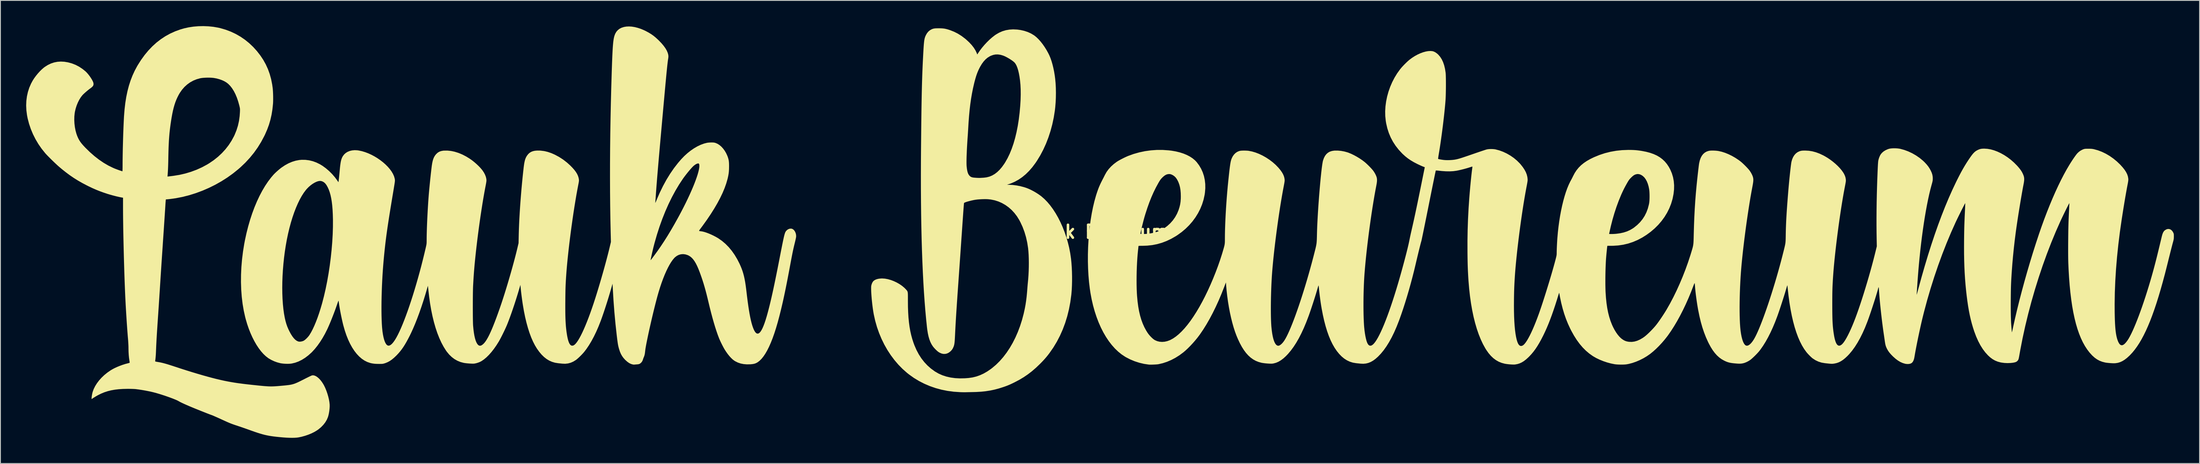
<source format=kicad_pcb>
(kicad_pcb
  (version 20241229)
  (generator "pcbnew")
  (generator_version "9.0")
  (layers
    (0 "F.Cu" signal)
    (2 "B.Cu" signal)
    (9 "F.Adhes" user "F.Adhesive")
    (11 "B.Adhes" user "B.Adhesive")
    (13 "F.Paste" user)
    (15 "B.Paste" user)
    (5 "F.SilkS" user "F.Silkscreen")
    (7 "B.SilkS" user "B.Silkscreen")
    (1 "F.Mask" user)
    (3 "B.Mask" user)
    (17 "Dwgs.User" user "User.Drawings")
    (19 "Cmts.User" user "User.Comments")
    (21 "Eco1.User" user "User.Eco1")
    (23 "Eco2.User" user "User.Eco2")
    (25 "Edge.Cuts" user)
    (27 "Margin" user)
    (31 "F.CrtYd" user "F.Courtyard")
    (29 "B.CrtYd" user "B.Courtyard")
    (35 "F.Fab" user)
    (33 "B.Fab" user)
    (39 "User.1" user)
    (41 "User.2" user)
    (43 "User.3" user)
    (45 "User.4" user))
  (footprint "Lauk Beureum"
    (layer "F.Cu")
    (at 125.187 24.037)
    (property "Reference" "Lauk Beureum" (at 0 0 0) (layer "F.SilkS") (effects (font (size 1.5 1.5) (thickness 0.3))))
    (attr board_only exclude_from_pos_files exclude_from_bom)
    (fp_poly (pts (xy -18.51 -23.778) (xy -18.298 -23.765) (xy -18.104 -23.74) (xy -17.913 -23.7) (xy -17.709 -23.644) (xy -17.476 -23.568) (xy -17.469 -23.566) (xy -17.004 -23.383) (xy -16.562 -23.16) (xy -16.137 -22.894) (xy -15.723 -22.583) (xy -15.576 -22.459) (xy -15.233 -22.141) (xy -14.939 -21.825) (xy -14.694 -21.511) (xy -14.5 -21.2) (xy -14.367 -20.92) (xy -14.287 -20.723) (xy -14.214 -20.841) (xy -13.995 -21.168) (xy -13.744 -21.5) (xy -13.467 -21.829) (xy -13.173 -22.146) (xy -12.87 -22.444) (xy -12.564 -22.714) (xy -12.265 -22.948) (xy -12.117 -23.051) (xy -11.749 -23.267) (xy -11.365 -23.435) (xy -10.964 -23.556) (xy -10.546 -23.629) (xy -10.109 -23.656) (xy -9.653 -23.635) (xy -9.251 -23.581) (xy -8.815 -23.483) (xy -8.405 -23.347) (xy -8.025 -23.175) (xy -7.679 -22.966) (xy -7.635 -22.936) (xy -7.397 -22.745) (xy -7.153 -22.509) (xy -6.908 -22.236) (xy -6.668 -21.93) (xy -6.436 -21.597) (xy -6.216 -21.244) (xy -6.014 -20.877) (xy -5.891 -20.628) (xy -5.76 -20.316) (xy -5.636 -19.961) (xy -5.522 -19.57) (xy -5.419 -19.15) (xy -5.328 -18.707) (xy -5.253 -18.249) (xy -5.206 -17.886) (xy -5.158 -17.37) (xy -5.129 -16.82) (xy -5.119 -16.249) (xy -5.127 -15.672) (xy -5.154 -15.101) (xy -5.199 -14.55) (xy -5.244 -14.163) (xy -5.373 -13.353) (xy -5.542 -12.558) (xy -5.75 -11.782) (xy -5.995 -11.029) (xy -6.276 -10.301) (xy -6.593 -9.603) (xy -6.943 -8.937) (xy -7.326 -8.307) (xy -7.508 -8.037) (xy -7.868 -7.555) (xy -8.244 -7.121) (xy -8.636 -6.734) (xy -9.045 -6.394) (xy -9.472 -6.101) (xy -9.918 -5.854) (xy -10.383 -5.652) (xy -10.644 -5.562) (xy -10.829 -5.502) (xy -10.588 -5.499) (xy -10.169 -5.477) (xy -9.73 -5.422) (xy -9.286 -5.337) (xy -8.852 -5.225) (xy -8.587 -5.14) (xy -8.313 -5.033) (xy -8.017 -4.895) (xy -7.71 -4.734) (xy -7.405 -4.555) (xy -7.115 -4.366) (xy -6.85 -4.174) (xy -6.818 -4.148) (xy -6.462 -3.839) (xy -6.116 -3.483) (xy -5.781 -3.084) (xy -5.46 -2.646) (xy -5.154 -2.172) (xy -4.864 -1.666) (xy -4.594 -1.131) (xy -4.343 -0.572) (xy -4.115 0.009) (xy -3.91 0.607) (xy -3.731 1.22) (xy -3.578 1.842) (xy -3.455 2.472) (xy -3.363 3.104) (xy -3.359 3.13) (xy -3.31 3.612) (xy -3.274 4.126) (xy -3.249 4.66) (xy -3.237 5.204) (xy -3.237 5.746) (xy -3.25 6.274) (xy -3.275 6.779) (xy -3.313 7.248) (xy -3.323 7.343) (xy -3.439 8.206) (xy -3.598 9.044) (xy -3.798 9.858) (xy -4.04 10.645) (xy -4.323 11.404) (xy -4.647 12.135) (xy -5.011 12.837) (xy -5.415 13.509) (xy -5.86 14.149) (xy -5.889 14.189) (xy -6.067 14.421) (xy -6.242 14.636) (xy -6.423 14.846) (xy -6.619 15.061) (xy -6.841 15.292) (xy -6.973 15.426) (xy -7.44 15.874) (xy -7.907 16.279) (xy -8.382 16.645) (xy -8.873 16.98) (xy -9.389 17.289) (xy -9.938 17.578) (xy -9.955 17.587) (xy -10.189 17.701) (xy -10.39 17.795) (xy -10.571 17.876) (xy -10.744 17.948) (xy -10.921 18.016) (xy -11.115 18.086) (xy -11.257 18.135) (xy -11.777 18.3) (xy -12.285 18.435) (xy -12.793 18.542) (xy -13.31 18.622) (xy -13.846 18.678) (xy -14.414 18.711) (xy -14.749 18.72) (xy -14.946 18.724) (xy -15.136 18.728) (xy -15.311 18.731) (xy -15.462 18.735) (xy -15.579 18.737) (xy -15.652 18.74) (xy -15.742 18.741) (xy -15.87 18.74) (xy -16.023 18.738) (xy -16.187 18.733) (xy -16.303 18.729) (xy -17.041 18.679) (xy -17.764 18.582) (xy -18.47 18.44) (xy -19.156 18.253) (xy -19.821 18.022) (xy -20.463 17.747) (xy -21.081 17.431) (xy -21.672 17.072) (xy -22.235 16.671) (xy -22.486 16.472) (xy -23.002 16.015) (xy -23.49 15.517) (xy -23.947 14.981) (xy -24.374 14.41) (xy -24.768 13.807) (xy -25.127 13.174) (xy -25.45 12.513) (xy -25.736 11.829) (xy -25.984 11.122) (xy -26.19 10.397) (xy -26.355 9.655) (xy -26.378 9.531) (xy -26.421 9.277) (xy -26.462 9.002) (xy -26.501 8.711) (xy -26.537 8.411) (xy -26.57 8.108) (xy -26.599 7.808) (xy -26.623 7.517) (xy -26.642 7.24) (xy -26.656 6.984) (xy -26.664 6.755) (xy -26.666 6.559) (xy -26.661 6.402) (xy -26.65 6.299) (xy -26.608 6.13) (xy -26.544 5.968) (xy -26.464 5.829) (xy -26.375 5.726) (xy -26.374 5.725) (xy -26.215 5.617) (xy -26.015 5.534) (xy -25.78 5.478) (xy -25.511 5.45) (xy -25.375 5.446) (xy -25.054 5.468) (xy -24.716 5.53) (xy -24.369 5.628) (xy -24.022 5.76) (xy -23.682 5.92) (xy -23.358 6.105) (xy -23.058 6.312) (xy -22.79 6.537) (xy -22.611 6.719) (xy -22.555 6.782) (xy -22.508 6.835) (xy -22.47 6.885) (xy -22.441 6.936) (xy -22.418 6.995) (xy -22.401 7.066) (xy -22.39 7.154) (xy -22.382 7.266) (xy -22.378 7.407) (xy -22.377 7.582) (xy -22.377 7.797) (xy -22.377 8.056) (xy -22.377 8.081) (xy -22.371 8.763) (xy -22.349 9.4) (xy -22.312 9.997) (xy -22.258 10.557) (xy -22.188 11.085) (xy -22.101 11.585) (xy -21.995 12.061) (xy -21.871 12.517) (xy -21.727 12.958) (xy -21.615 13.26) (xy -21.377 13.808) (xy -21.107 14.316) (xy -20.806 14.785) (xy -20.471 15.215) (xy -20.104 15.609) (xy -19.702 15.966) (xy -19.266 16.287) (xy -19.204 16.328) (xy -18.798 16.562) (xy -18.362 16.756) (xy -17.896 16.909) (xy -17.4 17.021) (xy -16.875 17.092) (xy -16.321 17.122) (xy -15.739 17.11) (xy -15.283 17.075) (xy -14.829 17.008) (xy -14.389 16.899) (xy -13.96 16.747) (xy -13.536 16.55) (xy -13.115 16.307) (xy -12.692 16.015) (xy -12.56 15.914) (xy -12.104 15.529) (xy -11.669 15.099) (xy -11.256 14.626) (xy -10.866 14.112) (xy -10.5 13.561) (xy -10.159 12.973) (xy -9.845 12.351) (xy -9.559 11.698) (xy -9.302 11.016) (xy -9.075 10.306) (xy -8.88 9.571) (xy -8.743 8.949) (xy -8.662 8.508) (xy -8.594 8.06) (xy -8.536 7.592) (xy -8.488 7.092) (xy -8.462 6.77) (xy -8.449 6.591) (xy -8.435 6.414) (xy -8.421 6.251) (xy -8.409 6.112) (xy -8.399 6.011) (xy -8.398 6) (xy -8.354 5.547) (xy -8.32 5.073) (xy -8.295 4.586) (xy -8.281 4.096) (xy -8.277 3.611) (xy -8.284 3.141) (xy -8.3 2.693) (xy -8.327 2.278) (xy -8.363 1.909) (xy -8.464 1.257) (xy -8.606 0.621) (xy -8.788 0.007) (xy -9.009 -0.582) (xy -9.268 -1.141) (xy -9.399 -1.387) (xy -9.661 -1.811) (xy -9.955 -2.198) (xy -10.278 -2.549) (xy -10.629 -2.86) (xy -11.003 -3.13) (xy -11.4 -3.359) (xy -11.817 -3.544) (xy -12.251 -3.683) (xy -12.699 -3.775) (xy -13.049 -3.813) (xy -13.255 -3.821) (xy -13.494 -3.821) (xy -13.75 -3.814) (xy -14.008 -3.8) (xy -14.249 -3.781) (xy -14.458 -3.756) (xy -14.469 -3.755) (xy -14.641 -3.726) (xy -14.825 -3.689) (xy -15.013 -3.646) (xy -15.198 -3.6) (xy -15.373 -3.552) (xy -15.53 -3.505) (xy -15.661 -3.46) (xy -15.759 -3.419) (xy -15.817 -3.385) (xy -15.825 -3.377) (xy -15.828 -3.37) (xy -15.832 -3.359) (xy -15.836 -3.341) (xy -15.84 -3.312) (xy -15.845 -3.273) (xy -15.85 -3.218) (xy -15.857 -3.148) (xy -15.864 -3.058) (xy -15.873 -2.948) (xy -15.883 -2.814) (xy -15.895 -2.654) (xy -15.909 -2.467) (xy -15.925 -2.249) (xy -15.942 -1.999) (xy -15.962 -1.713) (xy -15.985 -1.391) (xy -16.01 -1.028) (xy -16.038 -0.625) (xy -16.069 -0.177) (xy -16.103 0.318) (xy -16.137 0.798) (xy -16.166 1.218) (xy -16.197 1.668) (xy -16.23 2.139) (xy -16.263 2.623) (xy -16.297 3.112) (xy -16.331 3.596) (xy -16.364 4.069) (xy -16.396 4.52) (xy -16.425 4.943) (xy -16.453 5.328) (xy -16.466 5.523) (xy -16.511 6.156) (xy -16.552 6.742) (xy -16.59 7.283) (xy -16.624 7.785) (xy -16.656 8.249) (xy -16.685 8.681) (xy -16.711 9.082) (xy -16.736 9.457) (xy -16.758 9.808) (xy -16.778 10.141) (xy -16.797 10.457) (xy -16.815 10.76) (xy -16.831 11.054) (xy -16.846 11.343) (xy -16.861 11.629) (xy -16.875 11.917) (xy -16.886 12.153) (xy -16.9 12.418) (xy -16.913 12.639) (xy -16.928 12.822) (xy -16.944 12.975) (xy -16.963 13.102) (xy -16.985 13.212) (xy -17.013 13.311) (xy -17.045 13.405) (xy -17.069 13.464) (xy -17.153 13.641) (xy -17.25 13.787) (xy -17.375 13.924) (xy -17.423 13.97) (xy -17.617 14.118) (xy -17.821 14.216) (xy -18.032 14.264) (xy -18.249 14.263) (xy -18.471 14.211) (xy -18.697 14.108) (xy -18.795 14.049) (xy -18.903 13.969) (xy -19.03 13.857) (xy -19.164 13.727) (xy -19.295 13.588) (xy -19.412 13.451) (xy -19.469 13.377) (xy -19.622 13.14) (xy -19.756 12.872) (xy -19.872 12.57) (xy -19.971 12.23) (xy -20.054 11.849) (xy -20.121 11.425) (xy -20.155 11.147) (xy -20.254 10.192) (xy -20.346 9.189) (xy -20.43 8.138) (xy -20.507 7.04) (xy -20.576 5.894) (xy -20.637 4.7) (xy -20.691 3.458) (xy -20.738 2.167) (xy -20.778 0.828) (xy -20.809 -0.56) (xy -20.834 -1.998) (xy -20.851 -3.485) (xy -20.861 -5.021) (xy -20.863 -6.607) (xy -20.858 -8.179) (xy -15.545 -8.179) (xy -15.543 -7.94) (xy -15.537 -7.747) (xy -15.528 -7.63) (xy -15.496 -7.359) (xy -15.457 -7.133) (xy -15.409 -6.945) (xy -15.35 -6.79) (xy -15.279 -6.662) (xy -15.205 -6.568) (xy -15.112 -6.477) (xy -15.018 -6.417) (xy -14.901 -6.374) (xy -14.847 -6.36) (xy -14.762 -6.345) (xy -14.639 -6.331) (xy -14.493 -6.319) (xy -14.336 -6.309) (xy -14.183 -6.302) (xy -14.047 -6.3) (xy -13.947 -6.302) (xy -13.859 -6.307) (xy -13.74 -6.314) (xy -13.609 -6.321) (xy -13.544 -6.325) (xy -13.201 -6.367) (xy -12.872 -6.452) (xy -12.558 -6.582) (xy -12.257 -6.757) (xy -11.967 -6.98) (xy -11.687 -7.249) (xy -11.416 -7.567) (xy -11.152 -7.935) (xy -11.034 -8.12) (xy -10.761 -8.6) (xy -10.508 -9.126) (xy -10.277 -9.695) (xy -10.066 -10.306) (xy -9.878 -10.957) (xy -9.712 -11.648) (xy -9.568 -12.376) (xy -9.448 -13.139) (xy -9.351 -13.937) (xy -9.279 -14.749) (xy -9.24 -15.415) (xy -9.223 -16.04) (xy -9.228 -16.627) (xy -9.255 -17.18) (xy -9.305 -17.704) (xy -9.369 -18.154) (xy -9.444 -18.551) (xy -9.528 -18.9) (xy -9.623 -19.199) (xy -9.727 -19.449) (xy -9.841 -19.649) (xy -9.94 -19.775) (xy -10.048 -19.875) (xy -10.193 -19.988) (xy -10.366 -20.108) (xy -10.556 -20.229) (xy -10.755 -20.345) (xy -10.951 -20.45) (xy -11.135 -20.538) (xy -11.287 -20.598) (xy -11.594 -20.686) (xy -11.884 -20.727) (xy -12.163 -20.722) (xy -12.436 -20.669) (xy -12.709 -20.569) (xy -12.828 -20.511) (xy -13.08 -20.355) (xy -13.318 -20.156) (xy -13.542 -19.912) (xy -13.755 -19.622) (xy -13.958 -19.283) (xy -14.012 -19.181) (xy -14.13 -18.944) (xy -14.236 -18.702) (xy -14.335 -18.447) (xy -14.428 -18.172) (xy -14.518 -17.868) (xy -14.61 -17.526) (xy -14.659 -17.329) (xy -14.792 -16.748) (xy -14.91 -16.151) (xy -15.015 -15.533) (xy -15.106 -14.89) (xy -15.185 -14.215) (xy -15.251 -13.505) (xy -15.307 -12.752) (xy -15.334 -12.306) (xy -15.346 -12.099) (xy -15.358 -11.888) (xy -15.371 -11.684) (xy -15.382 -11.499) (xy -15.393 -11.344) (xy -15.398 -11.262) (xy -15.431 -10.795) (xy -15.46 -10.344) (xy -15.485 -9.913) (xy -15.506 -9.505) (xy -15.522 -9.124) (xy -15.535 -8.774) (xy -15.542 -8.458) (xy -15.545 -8.179) (xy -20.858 -8.179) (xy -20.858 -8.243) (xy -20.848 -9.671) (xy -20.84 -10.509) (xy -20.832 -11.298) (xy -20.824 -12.042) (xy -20.816 -12.742) (xy -20.808 -13.402) (xy -20.8 -14.024) (xy -20.791 -14.612) (xy -20.782 -15.166) (xy -20.772 -15.691) (xy -20.762 -16.188) (xy -20.751 -16.661) (xy -20.74 -17.112) (xy -20.728 -17.543) (xy -20.715 -17.958) (xy -20.701 -18.358) (xy -20.687 -18.747) (xy -20.671 -19.127) (xy -20.655 -19.5) (xy -20.638 -19.87) (xy -20.619 -20.239) (xy -20.614 -20.335) (xy -20.594 -20.723) (xy -20.575 -21.064) (xy -20.558 -21.362) (xy -20.541 -21.621) (xy -20.525 -21.844) (xy -20.508 -22.036) (xy -20.491 -22.201) (xy -20.473 -22.342) (xy -20.453 -22.463) (xy -20.432 -22.568) (xy -20.407 -22.661) (xy -20.38 -22.746) (xy -20.35 -22.827) (xy -20.315 -22.908) (xy -20.299 -22.944) (xy -20.165 -23.186) (xy -20.006 -23.386) (xy -19.818 -23.546) (xy -19.632 -23.654) (xy -19.531 -23.698) (xy -19.432 -23.731) (xy -19.325 -23.755) (xy -19.201 -23.771) (xy -19.05 -23.779) (xy -18.863 -23.782) (xy -18.757 -23.783)) (stroke (width 0) (type solid)) (fill yes) (layer "F.SilkS"))
    (fp_poly (pts (xy -103.932 -24.013) (xy -103.358 -23.954) (xy -102.806 -23.858) (xy -102.539 -23.796) (xy -101.914 -23.613) (xy -101.315 -23.385) (xy -100.74 -23.113) (xy -100.192 -22.798) (xy -99.671 -22.44) (xy -99.178 -22.039) (xy -98.712 -21.597) (xy -98.276 -21.113) (xy -97.877 -20.599) (xy -97.54 -20.091) (xy -97.248 -19.565) (xy -96.998 -19.017) (xy -96.792 -18.446) (xy -96.626 -17.849) (xy -96.502 -17.223) (xy -96.444 -16.81) (xy -96.424 -16.611) (xy -96.409 -16.374) (xy -96.397 -16.113) (xy -96.39 -15.84) (xy -96.388 -15.57) (xy -96.39 -15.315) (xy -96.397 -15.088) (xy -96.406 -14.952) (xy -96.474 -14.302) (xy -96.574 -13.684) (xy -96.708 -13.091) (xy -96.877 -12.514) (xy -97.086 -11.945) (xy -97.334 -11.375) (xy -97.426 -11.186) (xy -97.787 -10.507) (xy -98.187 -9.859) (xy -98.627 -9.24) (xy -99.109 -8.648) (xy -99.634 -8.08) (xy -100.204 -7.537) (xy -100.455 -7.317) (xy -101.079 -6.814) (xy -101.737 -6.342) (xy -102.426 -5.904) (xy -103.141 -5.501) (xy -103.878 -5.136) (xy -104.633 -4.809) (xy -105.4 -4.523) (xy -106.177 -4.279) (xy -106.959 -4.08) (xy -107.741 -3.927) (xy -108.52 -3.822) (xy -108.706 -3.804) (xy -108.901 -3.786) (xy -108.915 -3.656) (xy -108.921 -3.587) (xy -108.929 -3.479) (xy -108.939 -3.343) (xy -108.949 -3.19) (xy -108.956 -3.067) (xy -108.963 -2.956) (xy -108.973 -2.804) (xy -108.985 -2.61) (xy -109.001 -2.374) (xy -109.019 -2.096) (xy -109.04 -1.773) (xy -109.064 -1.406) (xy -109.092 -0.994) (xy -109.122 -0.536) (xy -109.156 -0.031) (xy -109.193 0.521) (xy -109.234 1.121) (xy -109.277 1.77) (xy -109.324 2.469) (xy -109.349 2.838) (xy -109.372 3.183) (xy -109.398 3.568) (xy -109.425 3.981) (xy -109.453 4.412) (xy -109.482 4.85) (xy -109.51 5.284) (xy -109.537 5.702) (xy -109.562 6.093) (xy -109.579 6.363) (xy -109.602 6.725) (xy -109.628 7.121) (xy -109.655 7.54) (xy -109.683 7.97) (xy -109.711 8.401) (xy -109.739 8.822) (xy -109.766 9.223) (xy -109.79 9.592) (xy -109.808 9.849) (xy -109.839 10.307) (xy -109.867 10.718) (xy -109.891 11.088) (xy -109.913 11.421) (xy -109.933 11.723) (xy -109.95 11.997) (xy -109.965 12.249) (xy -109.979 12.483) (xy -109.991 12.704) (xy -110.002 12.916) (xy -110.013 13.125) (xy -110.023 13.335) (xy -110.032 13.551) (xy -110.042 13.777) (xy -110.05 13.985) (xy -110.059 14.179) (xy -110.07 14.371) (xy -110.083 14.55) (xy -110.096 14.705) (xy -110.108 14.827) (xy -110.116 14.885) (xy -110.132 14.99) (xy -110.139 15.076) (xy -110.139 15.131) (xy -110.135 15.143) (xy -110.102 15.154) (xy -110.03 15.171) (xy -109.931 15.189) (xy -109.833 15.205) (xy -109.656 15.235) (xy -109.472 15.272) (xy -109.276 15.317) (xy -109.062 15.373) (xy -108.824 15.44) (xy -108.557 15.521) (xy -108.255 15.617) (xy -107.913 15.729) (xy -107.797 15.767) (xy -107.131 15.986) (xy -106.476 16.196) (xy -105.837 16.395) (xy -105.216 16.582) (xy -104.618 16.756) (xy -104.046 16.917) (xy -103.506 17.062) (xy -103 17.191) (xy -102.532 17.302) (xy -102.107 17.395) (xy -102.051 17.407) (xy -101.752 17.467) (xy -101.464 17.521) (xy -101.182 17.571) (xy -100.897 17.618) (xy -100.605 17.663) (xy -100.297 17.706) (xy -99.967 17.749) (xy -99.609 17.793) (xy -99.217 17.837) (xy -98.783 17.885) (xy -98.597 17.904) (xy -98.236 17.942) (xy -97.919 17.975) (xy -97.641 18.001) (xy -97.395 18.023) (xy -97.176 18.039) (xy -96.979 18.051) (xy -96.795 18.058) (xy -96.621 18.06) (xy -96.45 18.058) (xy -96.275 18.051) (xy -96.092 18.041) (xy -95.893 18.026) (xy -95.674 18.008) (xy -95.479 17.991) (xy -95.172 17.963) (xy -94.908 17.937) (xy -94.679 17.911) (xy -94.478 17.884) (xy -94.298 17.852) (xy -94.131 17.813) (xy -93.97 17.766) (xy -93.808 17.708) (xy -93.637 17.637) (xy -93.449 17.552) (xy -93.237 17.449) (xy -92.995 17.327) (xy -92.741 17.198) (xy -92.553 17.102) (xy -92.375 17.014) (xy -92.214 16.934) (xy -92.075 16.868) (xy -91.964 16.817) (xy -91.888 16.784) (xy -91.859 16.773) (xy -91.715 16.761) (xy -91.558 16.794) (xy -91.391 16.869) (xy -91.22 16.983) (xy -91.047 17.134) (xy -90.875 17.318) (xy -90.709 17.533) (xy -90.552 17.775) (xy -90.457 17.943) (xy -90.315 18.236) (xy -90.184 18.558) (xy -90.066 18.898) (xy -89.965 19.243) (xy -89.884 19.582) (xy -89.828 19.903) (xy -89.799 20.179) (xy -89.797 20.401) (xy -89.812 20.654) (xy -89.842 20.921) (xy -89.885 21.187) (xy -89.939 21.434) (xy -90 21.644) (xy -90.132 21.956) (xy -90.312 22.259) (xy -90.536 22.548) (xy -90.8 22.821) (xy -91.102 23.073) (xy -91.28 23.198) (xy -91.577 23.377) (xy -91.913 23.544) (xy -92.28 23.696) (xy -92.665 23.828) (xy -93.06 23.938) (xy -93.418 24.014) (xy -93.628 24.042) (xy -93.882 24.059) (xy -94.173 24.066) (xy -94.496 24.061) (xy -94.845 24.046) (xy -95.212 24.02) (xy -95.288 24.014) (xy -95.669 23.979) (xy -96.011 23.944) (xy -96.321 23.907) (xy -96.607 23.867) (xy -96.876 23.823) (xy -97.135 23.772) (xy -97.392 23.714) (xy -97.653 23.645) (xy -97.926 23.565) (xy -98.218 23.473) (xy -98.537 23.365) (xy -98.889 23.242) (xy -99.22 23.123) (xy -99.426 23.049) (xy -99.663 22.966) (xy -99.916 22.878) (xy -100.168 22.791) (xy -100.403 22.712) (xy -100.506 22.677) (xy -100.702 22.612) (xy -100.871 22.555) (xy -101.018 22.505) (xy -101.151 22.457) (xy -101.276 22.41) (xy -101.401 22.361) (xy -101.531 22.307) (xy -101.675 22.245) (xy -101.838 22.173) (xy -102.028 22.087) (xy -102.251 21.985) (xy -102.48 21.88) (xy -102.687 21.786) (xy -102.885 21.696) (xy -103.068 21.615) (xy -103.23 21.544) (xy -103.364 21.485) (xy -103.465 21.443) (xy -103.527 21.419) (xy -103.534 21.416) (xy -103.606 21.391) (xy -103.718 21.35) (xy -103.866 21.293) (xy -104.043 21.225) (xy -104.243 21.146) (xy -104.461 21.061) (xy -104.69 20.97) (xy -104.924 20.876) (xy -105.158 20.782) (xy -105.386 20.69) (xy -105.601 20.602) (xy -105.797 20.521) (xy -105.871 20.49) (xy -106.22 20.343) (xy -106.532 20.207) (xy -106.805 20.085) (xy -107.037 19.976) (xy -107.226 19.883) (xy -107.37 19.805) (xy -107.408 19.782) (xy -107.523 19.72) (xy -107.68 19.647) (xy -107.875 19.565) (xy -108.1 19.475) (xy -108.35 19.381) (xy -108.619 19.284) (xy -108.9 19.186) (xy -109.187 19.09) (xy -109.475 18.998) (xy -109.758 18.911) (xy -110.028 18.832) (xy -110.281 18.764) (xy -110.393 18.735) (xy -110.69 18.666) (xy -111.018 18.598) (xy -111.363 18.532) (xy -111.71 18.473) (xy -112.043 18.422) (xy -112.347 18.382) (xy -112.429 18.372) (xy -112.535 18.364) (xy -112.68 18.357) (xy -112.855 18.351) (xy -113.047 18.346) (xy -113.245 18.344) (xy -113.371 18.344) (xy -113.907 18.356) (xy -114.402 18.388) (xy -114.861 18.443) (xy -115.29 18.52) (xy -115.696 18.622) (xy -116.083 18.75) (xy -116.457 18.905) (xy -116.824 19.088) (xy -116.858 19.107) (xy -116.992 19.183) (xy -117.14 19.27) (xy -117.277 19.356) (xy -117.335 19.393) (xy -117.558 19.541) (xy -117.558 19.435) (xy -117.551 19.334) (xy -117.535 19.199) (xy -117.51 19.047) (xy -117.48 18.894) (xy -117.448 18.755) (xy -117.434 18.706) (xy -117.312 18.367) (xy -117.143 18.026) (xy -116.931 17.688) (xy -116.681 17.357) (xy -116.395 17.039) (xy -116.079 16.737) (xy -115.735 16.456) (xy -115.368 16.2) (xy -115.127 16.055) (xy -114.876 15.922) (xy -114.588 15.789) (xy -114.279 15.662) (xy -113.964 15.546) (xy -113.656 15.446) (xy -113.384 15.373) (xy -113.278 15.346) (xy -113.192 15.323) (xy -113.137 15.305) (xy -113.124 15.298) (xy -113.12 15.268) (xy -113.125 15.199) (xy -113.138 15.101) (xy -113.154 15.002) (xy -113.195 14.717) (xy -113.226 14.392) (xy -113.247 14.04) (xy -113.256 13.672) (xy -113.256 13.578) (xy -113.259 13.413) (xy -113.266 13.215) (xy -113.277 12.999) (xy -113.29 12.781) (xy -113.306 12.58) (xy -113.306 12.572) (xy -113.342 12.153) (xy -113.378 11.691) (xy -113.414 11.195) (xy -113.451 10.672) (xy -113.486 10.131) (xy -113.521 9.58) (xy -113.554 9.028) (xy -113.585 8.482) (xy -113.612 7.95) (xy -113.625 7.699) (xy -113.648 7.201) (xy -113.67 6.663) (xy -113.693 6.089) (xy -113.715 5.487) (xy -113.736 4.86) (xy -113.756 4.214) (xy -113.776 3.556) (xy -113.795 2.89) (xy -113.812 2.222) (xy -113.828 1.557) (xy -113.843 0.901) (xy -113.856 0.259) (xy -113.867 -0.363) (xy -113.876 -0.96) (xy -113.884 -1.526) (xy -113.889 -2.056) (xy -113.892 -2.545) (xy -113.893 -2.852) (xy -113.893 -3.986) (xy -114.141 -4.032) (xy -114.35 -4.075) (xy -114.594 -4.13) (xy -114.859 -4.196) (xy -115.132 -4.268) (xy -115.399 -4.343) (xy -115.648 -4.418) (xy -115.713 -4.438) (xy -116.172 -4.591) (xy -116.603 -4.748) (xy -117.019 -4.915) (xy -117.437 -5.098) (xy -117.871 -5.304) (xy -118.105 -5.421) (xy -118.637 -5.7) (xy -119.138 -5.986) (xy -119.617 -6.286) (xy -119.872 -6.46) (xy -108.708 -6.46) (xy -108.558 -6.477) (xy -108.478 -6.486) (xy -108.362 -6.5) (xy -108.222 -6.517) (xy -108.073 -6.536) (xy -108.021 -6.543) (xy -107.323 -6.655) (xy -106.637 -6.813) (xy -105.966 -7.014) (xy -105.316 -7.256) (xy -104.69 -7.539) (xy -104.093 -7.861) (xy -103.823 -8.026) (xy -103.298 -8.386) (xy -102.809 -8.779) (xy -102.357 -9.202) (xy -101.945 -9.654) (xy -101.573 -10.133) (xy -101.245 -10.636) (xy -100.96 -11.162) (xy -100.874 -11.345) (xy -100.662 -11.87) (xy -100.495 -12.402) (xy -100.373 -12.95) (xy -100.294 -13.517) (xy -100.262 -13.985) (xy -100.256 -14.139) (xy -100.254 -14.255) (xy -100.256 -14.349) (xy -100.264 -14.434) (xy -100.28 -14.525) (xy -100.305 -14.635) (xy -100.335 -14.762) (xy -100.466 -15.236) (xy -100.616 -15.676) (xy -100.785 -16.08) (xy -100.972 -16.445) (xy -101.175 -16.769) (xy -101.393 -17.05) (xy -101.624 -17.285) (xy -101.816 -17.437) (xy -102.061 -17.586) (xy -102.345 -17.719) (xy -102.657 -17.831) (xy -102.986 -17.92) (xy -103.322 -17.981) (xy -103.343 -17.984) (xy -103.54 -18.003) (xy -103.766 -18.014) (xy -104.007 -18.016) (xy -104.251 -18.01) (xy -104.486 -17.997) (xy -104.697 -17.976) (xy -104.872 -17.948) (xy -104.888 -17.945) (xy -105.305 -17.829) (xy -105.699 -17.669) (xy -106.069 -17.465) (xy -106.412 -17.218) (xy -106.728 -16.93) (xy -107.014 -16.602) (xy -107.27 -16.234) (xy -107.398 -16.015) (xy -107.54 -15.738) (xy -107.668 -15.457) (xy -107.784 -15.163) (xy -107.888 -14.851) (xy -107.984 -14.516) (xy -108.073 -14.152) (xy -108.156 -13.752) (xy -108.235 -13.31) (xy -108.28 -13.032) (xy -108.34 -12.634) (xy -108.392 -12.25) (xy -108.438 -11.874) (xy -108.477 -11.499) (xy -108.51 -11.117) (xy -108.538 -10.722) (xy -108.561 -10.308) (xy -108.58 -9.867) (xy -108.595 -9.392) (xy -108.607 -8.877) (xy -108.612 -8.59) (xy -108.619 -8.205) (xy -108.628 -7.863) (xy -108.638 -7.558) (xy -108.65 -7.282) (xy -108.664 -7.028) (xy -108.681 -6.787) (xy -108.691 -6.66) (xy -108.708 -6.46) (xy -119.872 -6.46) (xy -120.085 -6.605) (xy -120.552 -6.952) (xy -121.028 -7.332) (xy -121.324 -7.582) (xy -121.465 -7.705) (xy -121.629 -7.855) (xy -121.81 -8.024) (xy -122.001 -8.207) (xy -122.195 -8.395) (xy -122.385 -8.584) (xy -122.565 -8.765) (xy -122.728 -8.932) (xy -122.867 -9.079) (xy -122.974 -9.199) (xy -122.975 -9.201) (xy -123.385 -9.712) (xy -123.76 -10.254) (xy -124.096 -10.822) (xy -124.392 -11.411) (xy -124.645 -12.017) (xy -124.853 -12.634) (xy -125.015 -13.258) (xy -125.089 -13.642) (xy -125.161 -14.204) (xy -125.187 -14.758) (xy -125.165 -15.301) (xy -125.097 -15.83) (xy -124.983 -16.344) (xy -124.823 -16.84) (xy -124.618 -17.315) (xy -124.423 -17.676) (xy -124.248 -17.95) (xy -124.046 -18.226) (xy -123.825 -18.497) (xy -123.594 -18.753) (xy -123.36 -18.984) (xy -123.132 -19.181) (xy -123.022 -19.264) (xy -122.669 -19.489) (xy -122.305 -19.664) (xy -121.93 -19.79) (xy -121.543 -19.867) (xy -121.144 -19.894) (xy -120.732 -19.873) (xy -120.308 -19.802) (xy -119.87 -19.682) (xy -119.839 -19.672) (xy -119.414 -19.504) (xy -119.003 -19.288) (xy -118.608 -19.025) (xy -118.273 -18.753) (xy -118.14 -18.624) (xy -118.003 -18.471) (xy -117.865 -18.3) (xy -117.733 -18.121) (xy -117.612 -17.939) (xy -117.506 -17.764) (xy -117.422 -17.603) (xy -117.364 -17.464) (xy -117.34 -17.37) (xy -117.331 -17.254) (xy -117.345 -17.152) (xy -117.385 -17.059) (xy -117.458 -16.966) (xy -117.567 -16.866) (xy -117.717 -16.752) (xy -117.734 -16.741) (xy -117.857 -16.649) (xy -117.999 -16.535) (xy -118.149 -16.41) (xy -118.297 -16.281) (xy -118.434 -16.157) (xy -118.548 -16.047) (xy -118.626 -15.966) (xy -118.816 -15.722) (xy -118.993 -15.437) (xy -119.153 -15.12) (xy -119.293 -14.781) (xy -119.408 -14.427) (xy -119.494 -14.069) (xy -119.529 -13.871) (xy -119.568 -13.481) (xy -119.577 -13.072) (xy -119.556 -12.653) (xy -119.507 -12.238) (xy -119.43 -11.836) (xy -119.327 -11.46) (xy -119.24 -11.217) (xy -119.151 -11.006) (xy -119.057 -10.816) (xy -118.953 -10.637) (xy -118.834 -10.462) (xy -118.694 -10.282) (xy -118.526 -10.089) (xy -118.326 -9.874) (xy -118.268 -9.814) (xy -117.747 -9.304) (xy -117.218 -8.841) (xy -116.684 -8.426) (xy -116.144 -8.059) (xy -115.599 -7.741) (xy -115.052 -7.474) (xy -114.921 -7.417) (xy -114.816 -7.374) (xy -114.689 -7.325) (xy -114.55 -7.273) (xy -114.408 -7.221) (xy -114.272 -7.173) (xy -114.151 -7.131) (xy -114.053 -7.099) (xy -113.987 -7.079) (xy -113.966 -7.075) (xy -113.96 -7.1) (xy -113.954 -7.168) (xy -113.95 -7.274) (xy -113.947 -7.409) (xy -113.945 -7.569) (xy -113.944 -7.705) (xy -113.943 -8.066) (xy -113.939 -8.465) (xy -113.933 -8.897) (xy -113.925 -9.353) (xy -113.915 -9.827) (xy -113.902 -10.311) (xy -113.889 -10.798) (xy -113.874 -11.28) (xy -113.857 -11.752) (xy -113.84 -12.204) (xy -113.822 -12.631) (xy -113.803 -13.025) (xy -113.785 -13.378) (xy -113.776 -13.525) (xy -113.713 -14.315) (xy -113.626 -15.063) (xy -113.513 -15.771) (xy -113.373 -16.443) (xy -113.206 -17.082) (xy -113.01 -17.689) (xy -112.786 -18.267) (xy -112.533 -18.82) (xy -112.249 -19.35) (xy -112.182 -19.466) (xy -111.789 -20.086) (xy -111.374 -20.66) (xy -110.936 -21.189) (xy -110.474 -21.673) (xy -109.99 -22.113) (xy -109.481 -22.507) (xy -108.949 -22.858) (xy -108.391 -23.165) (xy -107.809 -23.428) (xy -107.202 -23.648) (xy -106.784 -23.77) (xy -106.247 -23.89) (xy -105.684 -23.975) (xy -105.104 -24.024) (xy -104.517 -24.037)) (stroke (width 0) (type solid)) (fill yes) (layer "F.SilkS"))
    (fp_poly (pts (xy -54.579 -23.978) (xy -54.236 -23.923) (xy -53.879 -23.834) (xy -53.51 -23.711) (xy -53.132 -23.552) (xy -52.898 -23.437) (xy -52.584 -23.267) (xy -52.301 -23.092) (xy -52.037 -22.904) (xy -51.779 -22.693) (xy -51.516 -22.452) (xy -51.383 -22.322) (xy -51.094 -22.018) (xy -50.85 -21.726) (xy -50.651 -21.449) (xy -50.498 -21.187) (xy -50.392 -20.942) (xy -50.384 -20.92) (xy -50.334 -20.748) (xy -50.307 -20.601) (xy -50.302 -20.459) (xy -50.317 -20.303) (xy -50.327 -20.245) (xy -50.338 -20.175) (xy -50.35 -20.097) (xy -50.363 -20.009) (xy -50.376 -19.909) (xy -50.39 -19.796) (xy -50.405 -19.668) (xy -50.422 -19.524) (xy -50.44 -19.36) (xy -50.459 -19.177) (xy -50.48 -18.971) (xy -50.503 -18.742) (xy -50.528 -18.488) (xy -50.555 -18.207) (xy -50.584 -17.896) (xy -50.616 -17.556) (xy -50.651 -17.183) (xy -50.688 -16.776) (xy -50.729 -16.334) (xy -50.772 -15.854) (xy -50.819 -15.336) (xy -50.87 -14.776) (xy -50.924 -14.174) (xy -50.982 -13.528) (xy -51.044 -12.837) (xy -51.11 -12.097) (xy -51.168 -11.453) (xy -51.231 -10.75) (xy -51.289 -10.094) (xy -51.343 -9.484) (xy -51.393 -8.915) (xy -51.439 -8.386) (xy -51.482 -7.893) (xy -51.521 -7.433) (xy -51.557 -7.004) (xy -51.591 -6.603) (xy -51.622 -6.226) (xy -51.65 -5.87) (xy -51.677 -5.534) (xy -51.702 -5.214) (xy -51.725 -4.907) (xy -51.747 -4.61) (xy -51.767 -4.321) (xy -51.787 -4.036) (xy -51.791 -3.97) (xy -51.802 -3.822) (xy -51.812 -3.681) (xy -51.821 -3.56) (xy -51.828 -3.472) (xy -51.831 -3.449) (xy -51.833 -3.407) (xy -51.829 -3.391) (xy -51.817 -3.405) (xy -51.793 -3.453) (xy -51.755 -3.538) (xy -51.702 -3.666) (xy -51.682 -3.716) (xy -51.322 -4.55) (xy -50.939 -5.339) (xy -50.534 -6.083) (xy -50.106 -6.782) (xy -49.655 -7.438) (xy -49.18 -8.051) (xy -48.803 -8.489) (xy -48.446 -8.859) (xy -48.075 -9.197) (xy -47.692 -9.5) (xy -47.302 -9.767) (xy -46.909 -9.994) (xy -46.517 -10.179) (xy -46.13 -10.319) (xy -45.824 -10.397) (xy -45.685 -10.419) (xy -45.514 -10.434) (xy -45.33 -10.441) (xy -45.303 -10.441) (xy -45.157 -10.44) (xy -45.048 -10.435) (xy -44.958 -10.424) (xy -44.873 -10.404) (xy -44.789 -10.378) (xy -44.56 -10.278) (xy -44.336 -10.132) (xy -44.12 -9.945) (xy -43.918 -9.722) (xy -43.732 -9.468) (xy -43.569 -9.187) (xy -43.431 -8.885) (xy -43.38 -8.75) (xy -43.331 -8.597) (xy -43.293 -8.455) (xy -43.265 -8.314) (xy -43.247 -8.163) (xy -43.236 -7.99) (xy -43.231 -7.785) (xy -43.231 -7.623) (xy -43.236 -7.321) (xy -43.252 -7.052) (xy -43.281 -6.798) (xy -43.325 -6.543) (xy -43.385 -6.269) (xy -43.409 -6.174) (xy -43.559 -5.651) (xy -43.752 -5.107) (xy -43.987 -4.544) (xy -44.266 -3.96) (xy -44.588 -3.354) (xy -44.953 -2.727) (xy -45.362 -2.077) (xy -45.815 -1.404) (xy -46.313 -0.709) (xy -46.555 -0.383) (xy -46.641 -0.268) (xy -46.696 -0.188) (xy -46.718 -0.135) (xy -46.707 -0.103) (xy -46.659 -0.085) (xy -46.574 -0.073) (xy -46.484 -0.064) (xy -46.304 -0.034) (xy -46.09 0.022) (xy -45.85 0.1) (xy -45.593 0.198) (xy -45.326 0.312) (xy -45.058 0.439) (xy -44.796 0.575) (xy -44.549 0.717) (xy -44.477 0.762) (xy -44.051 1.06) (xy -43.647 1.404) (xy -43.266 1.791) (xy -42.909 2.222) (xy -42.577 2.696) (xy -42.271 3.21) (xy -42.019 3.703) (xy -41.888 3.994) (xy -41.771 4.278) (xy -41.668 4.563) (xy -41.577 4.856) (xy -41.496 5.162) (xy -41.423 5.489) (xy -41.357 5.843) (xy -41.297 6.231) (xy -41.24 6.659) (xy -41.205 6.948) (xy -41.132 7.569) (xy -41.059 8.14) (xy -40.986 8.665) (xy -40.913 9.144) (xy -40.839 9.58) (xy -40.764 9.974) (xy -40.687 10.329) (xy -40.609 10.645) (xy -40.528 10.926) (xy -40.445 11.172) (xy -40.359 11.387) (xy -40.313 11.486) (xy -40.214 11.663) (xy -40.113 11.79) (xy -40.01 11.867) (xy -39.904 11.895) (xy -39.797 11.873) (xy -39.687 11.802) (xy -39.575 11.68) (xy -39.461 11.508) (xy -39.343 11.285) (xy -39.224 11.012) (xy -39.101 10.689) (xy -38.975 10.315) (xy -38.847 9.891) (xy -38.838 9.862) (xy -38.749 9.544) (xy -38.659 9.209) (xy -38.568 8.857) (xy -38.475 8.484) (xy -38.38 8.086) (xy -38.282 7.663) (xy -38.18 7.21) (xy -38.074 6.725) (xy -37.964 6.206) (xy -37.848 5.648) (xy -37.727 5.051) (xy -37.598 4.411) (xy -37.463 3.725) (xy -37.374 3.27) (xy -37.284 2.807) (xy -37.203 2.39) (xy -37.13 2.018) (xy -37.064 1.687) (xy -37.006 1.396) (xy -36.954 1.14) (xy -36.907 0.918) (xy -36.865 0.727) (xy -36.828 0.564) (xy -36.794 0.425) (xy -36.763 0.309) (xy -36.734 0.213) (xy -36.707 0.133) (xy -36.681 0.068) (xy -36.655 0.014) (xy -36.628 -0.032) (xy -36.6 -0.072) (xy -36.571 -0.109) (xy -36.539 -0.145) (xy -36.536 -0.148) (xy -36.407 -0.261) (xy -36.26 -0.338) (xy -36.106 -0.377) (xy -35.954 -0.374) (xy -35.857 -0.346) (xy -35.729 -0.266) (xy -35.616 -0.146) (xy -35.523 0.005) (xy -35.455 0.178) (xy -35.416 0.363) (xy -35.41 0.552) (xy -35.414 0.594) (xy -35.426 0.668) (xy -35.448 0.78) (xy -35.478 0.918) (xy -35.513 1.071) (xy -35.542 1.192) (xy -35.601 1.433) (xy -35.655 1.657) (xy -35.705 1.872) (xy -35.753 2.086) (xy -35.8 2.305) (xy -35.847 2.537) (xy -35.897 2.789) (xy -35.951 3.07) (xy -36.011 3.386) (xy -36.077 3.741) (xy -36.198 4.394) (xy -36.313 5.001) (xy -36.421 5.566) (xy -36.524 6.093) (xy -36.623 6.588) (xy -36.719 7.054) (xy -36.812 7.495) (xy -36.903 7.916) (xy -36.994 8.322) (xy -37.086 8.716) (xy -37.178 9.103) (xy -37.273 9.487) (xy -37.361 9.837) (xy -37.554 10.558) (xy -37.75 11.23) (xy -37.949 11.853) (xy -38.152 12.427) (xy -38.359 12.952) (xy -38.569 13.428) (xy -38.782 13.853) (xy -38.998 14.229) (xy -39.217 14.555) (xy -39.438 14.831) (xy -39.663 15.056) (xy -39.874 15.22) (xy -40.018 15.307) (xy -40.162 15.372) (xy -40.317 15.419) (xy -40.496 15.451) (xy -40.711 15.473) (xy -40.745 15.475) (xy -41.153 15.483) (xy -41.531 15.452) (xy -41.882 15.382) (xy -42.208 15.271) (xy -42.513 15.119) (xy -42.606 15.062) (xy -42.79 14.925) (xy -42.984 14.744) (xy -43.185 14.526) (xy -43.386 14.275) (xy -43.584 13.996) (xy -43.739 13.754) (xy -43.838 13.584) (xy -43.948 13.379) (xy -44.063 13.155) (xy -44.177 12.924) (xy -44.281 12.7) (xy -44.371 12.497) (xy -44.407 12.407) (xy -44.554 12.019) (xy -44.704 11.584) (xy -44.858 11.106) (xy -45.013 10.588) (xy -45.17 10.033) (xy -45.326 9.446) (xy -45.482 8.83) (xy -45.619 8.259) (xy -45.742 7.743) (xy -45.86 7.269) (xy -45.975 6.83) (xy -46.091 6.417) (xy -46.208 6.022) (xy -46.33 5.638) (xy -46.459 5.257) (xy -46.597 4.87) (xy -46.656 4.708) (xy -46.808 4.32) (xy -46.957 3.98) (xy -47.106 3.685) (xy -47.257 3.432) (xy -47.412 3.218) (xy -47.572 3.04) (xy -47.741 2.896) (xy -47.92 2.782) (xy -48.069 2.712) (xy -48.331 2.632) (xy -48.59 2.602) (xy -48.842 2.621) (xy -49.085 2.689) (xy -49.315 2.805) (xy -49.528 2.968) (xy -49.619 3.058) (xy -49.8 3.273) (xy -49.985 3.536) (xy -50.172 3.844) (xy -50.36 4.194) (xy -50.548 4.583) (xy -50.735 5.009) (xy -50.918 5.468) (xy -51.098 5.958) (xy -51.272 6.475) (xy -51.439 7.018) (xy -51.525 7.315) (xy -51.609 7.618) (xy -51.697 7.949) (xy -51.789 8.303) (xy -51.883 8.677) (xy -51.98 9.066) (xy -52.077 9.467) (xy -52.174 9.874) (xy -52.271 10.285) (xy -52.365 10.695) (xy -52.457 11.1) (xy -52.545 11.495) (xy -52.628 11.877) (xy -52.705 12.242) (xy -52.776 12.585) (xy -52.84 12.902) (xy -52.896 13.19) (xy -52.942 13.444) (xy -52.978 13.66) (xy -53.002 13.834) (xy -53.013 13.937) (xy -53.045 14.204) (xy -53.092 14.428) (xy -53.154 14.606) (xy -53.171 14.643) (xy -53.208 14.728) (xy -53.244 14.831) (xy -53.259 14.884) (xy -53.334 15.083) (xy -53.443 15.248) (xy -53.586 15.377) (xy -53.638 15.41) (xy -53.708 15.442) (xy -53.795 15.465) (xy -53.913 15.48) (xy -53.981 15.485) (xy -54.093 15.494) (xy -54.189 15.502) (xy -54.256 15.509) (xy -54.274 15.511) (xy -54.33 15.512) (xy -54.41 15.505) (xy -54.441 15.5) (xy -54.655 15.44) (xy -54.871 15.335) (xy -55.09 15.182) (xy -55.316 14.981) (xy -55.356 14.941) (xy -55.545 14.73) (xy -55.704 14.51) (xy -55.839 14.27) (xy -55.954 14.002) (xy -56.055 13.694) (xy -56.069 13.645) (xy -56.101 13.529) (xy -56.129 13.419) (xy -56.154 13.308) (xy -56.178 13.19) (xy -56.2 13.058) (xy -56.223 12.906) (xy -56.248 12.726) (xy -56.276 12.511) (xy -56.307 12.256) (xy -56.322 12.132) (xy -56.471 10.783) (xy -56.6 9.401) (xy -56.706 7.997) (xy -56.784 6.663) (xy -56.815 6.06) (xy -57.001 6.711) (xy -57.134 7.166) (xy -57.275 7.635) (xy -57.421 8.109) (xy -57.571 8.581) (xy -57.721 9.041) (xy -57.868 9.481) (xy -58.01 9.892) (xy -58.144 10.267) (xy -58.206 10.435) (xy -58.456 11.069) (xy -58.718 11.671) (xy -58.991 12.236) (xy -59.273 12.762) (xy -59.563 13.245) (xy -59.858 13.683) (xy -60.097 13.998) (xy -60.22 14.144) (xy -60.365 14.302) (xy -60.522 14.464) (xy -60.683 14.622) (xy -60.838 14.766) (xy -60.978 14.887) (xy -61.087 14.971) (xy -61.386 15.157) (xy -61.693 15.292) (xy -62.009 15.377) (xy -62.336 15.413) (xy -62.669 15.4) (xy -62.816 15.385) (xy -62.979 15.368) (xy -63.13 15.352) (xy -63.169 15.348) (xy -63.529 15.289) (xy -63.869 15.189) (xy -64.194 15.046) (xy -64.503 14.859) (xy -64.799 14.627) (xy -65.085 14.348) (xy -65.361 14.021) (xy -65.626 13.653) (xy -65.862 13.264) (xy -66.086 12.827) (xy -66.298 12.343) (xy -66.496 11.812) (xy -66.68 11.237) (xy -66.851 10.618) (xy -67.008 9.957) (xy -67.15 9.254) (xy -67.277 8.51) (xy -67.316 8.258) (xy -67.37 7.873) (xy -67.422 7.479) (xy -67.469 7.091) (xy -67.509 6.726) (xy -67.529 6.528) (xy -67.56 6.197) (xy -67.671 6.579) (xy -67.816 7.07) (xy -67.969 7.568) (xy -68.126 8.066) (xy -68.286 8.558) (xy -68.447 9.036) (xy -68.606 9.496) (xy -68.761 9.929) (xy -68.91 10.33) (xy -69.05 10.692) (xy -69.137 10.906) (xy -69.217 11.091) (xy -69.314 11.306) (xy -69.423 11.54) (xy -69.541 11.783) (xy -69.661 12.028) (xy -69.78 12.263) (xy -69.893 12.48) (xy -69.996 12.67) (xy -70.082 12.822) (xy -70.085 12.827) (xy -70.362 13.269) (xy -70.647 13.676) (xy -70.936 14.046) (xy -71.228 14.376) (xy -71.52 14.664) (xy -71.81 14.907) (xy -72.095 15.103) (xy -72.105 15.109) (xy -72.279 15.198) (xy -72.482 15.279) (xy -72.693 15.345) (xy -72.893 15.388) (xy -72.955 15.396) (xy -73.059 15.402) (xy -73.202 15.4) (xy -73.372 15.393) (xy -73.557 15.381) (xy -73.745 15.365) (xy -73.924 15.346) (xy -74.082 15.324) (xy -74.177 15.307) (xy -74.553 15.207) (xy -74.911 15.059) (xy -75.249 14.865) (xy -75.566 14.625) (xy -75.862 14.34) (xy -76.135 14.01) (xy -76.235 13.871) (xy -76.511 13.431) (xy -76.772 12.945) (xy -77.015 12.413) (xy -77.241 11.838) (xy -77.449 11.22) (xy -77.638 10.56) (xy -77.809 9.862) (xy -77.961 9.125) (xy -78.093 8.352) (xy -78.205 7.544) (xy -78.261 7.063) (xy -78.278 6.9) (xy -78.295 6.745) (xy -78.31 6.609) (xy -78.321 6.502) (xy -78.328 6.439) (xy -78.344 6.299) (xy -78.406 6.515) (xy -78.635 7.301) (xy -78.87 8.059) (xy -79.109 8.786) (xy -79.351 9.48) (xy -79.595 10.136) (xy -79.839 10.753) (xy -80.083 11.327) (xy -80.325 11.855) (xy -80.477 12.166) (xy -80.676 12.549) (xy -80.863 12.891) (xy -81.042 13.196) (xy -81.217 13.472) (xy -81.394 13.724) (xy -81.575 13.958) (xy -81.765 14.181) (xy -81.968 14.399) (xy -82.039 14.471) (xy -82.299 14.717) (xy -82.544 14.921) (xy -82.784 15.087) (xy -83.024 15.219) (xy -83.27 15.323) (xy -83.391 15.363) (xy -83.48 15.389) (xy -83.556 15.407) (xy -83.632 15.42) (xy -83.72 15.427) (xy -83.83 15.43) (xy -83.974 15.431) (xy -84.052 15.431) (xy -84.314 15.427) (xy -84.539 15.414) (xy -84.74 15.39) (xy -84.928 15.356) (xy -85.078 15.32) (xy -85.416 15.203) (xy -85.742 15.038) (xy -86.056 14.825) (xy -86.357 14.565) (xy -86.644 14.26) (xy -86.917 13.91) (xy -87.174 13.517) (xy -87.415 13.082) (xy -87.639 12.605) (xy -87.846 12.087) (xy -88.034 11.53) (xy -88.204 10.935) (xy -88.224 10.858) (xy -88.287 10.599) (xy -88.352 10.312) (xy -88.418 10.006) (xy -88.483 9.69) (xy -88.545 9.374) (xy -88.602 9.066) (xy -88.652 8.777) (xy -88.694 8.514) (xy -88.726 8.287) (xy -88.736 8.202) (xy -88.748 8.119) (xy -88.76 8.062) (xy -88.77 8.043) (xy -88.782 8.065) (xy -88.808 8.129) (xy -88.844 8.226) (xy -88.887 8.347) (xy -88.929 8.469) (xy -89.044 8.802) (xy -89.172 9.157) (xy -89.309 9.523) (xy -89.452 9.893) (xy -89.596 10.257) (xy -89.739 10.606) (xy -89.877 10.931) (xy -90.006 11.222) (xy -90.09 11.402) (xy -90.35 11.92) (xy -90.629 12.413) (xy -90.921 12.875) (xy -91.224 13.302) (xy -91.534 13.689) (xy -91.848 14.031) (xy -91.92 14.103) (xy -92.288 14.433) (xy -92.664 14.718) (xy -93.046 14.957) (xy -93.433 15.148) (xy -93.822 15.29) (xy -94.212 15.383) (xy -94.239 15.388) (xy -94.424 15.409) (xy -94.643 15.418) (xy -94.88 15.416) (xy -95.12 15.404) (xy -95.346 15.381) (xy -95.544 15.349) (xy -95.55 15.347) (xy -95.901 15.254) (xy -96.255 15.126) (xy -96.595 14.968) (xy -96.905 14.789) (xy -96.954 14.757) (xy -97.241 14.536) (xy -97.524 14.268) (xy -97.801 13.955) (xy -98.069 13.601) (xy -98.329 13.208) (xy -98.576 12.779) (xy -98.811 12.318) (xy -99.031 11.828) (xy -99.234 11.312) (xy -99.419 10.772) (xy -99.583 10.213) (xy -99.649 9.96) (xy -99.817 9.203) (xy -99.951 8.413) (xy -100.049 7.594) (xy -100.112 6.75) (xy -100.119 6.533) (xy -95.327 6.533) (xy -95.319 7.191) (xy -95.295 7.826) (xy -95.254 8.434) (xy -95.197 9.01) (xy -95.123 9.55) (xy -95.032 10.05) (xy -94.946 10.422) (xy -94.849 10.762) (xy -94.738 11.079) (xy -94.603 11.395) (xy -94.508 11.593) (xy -94.332 11.922) (xy -94.157 12.2) (xy -93.982 12.428) (xy -93.808 12.606) (xy -93.635 12.733) (xy -93.463 12.809) (xy -93.412 12.822) (xy -93.284 12.832) (xy -93.132 12.818) (xy -92.977 12.782) (xy -92.852 12.735) (xy -92.748 12.673) (xy -92.627 12.577) (xy -92.497 12.457) (xy -92.368 12.322) (xy -92.249 12.183) (xy -92.151 12.047) (xy -92.151 12.047) (xy -91.965 11.738) (xy -91.778 11.381) (xy -91.591 10.979) (xy -91.405 10.535) (xy -91.22 10.051) (xy -91.039 9.53) (xy -90.863 8.976) (xy -90.691 8.391) (xy -90.672 8.322) (xy -90.462 7.512) (xy -90.267 6.662) (xy -90.089 5.78) (xy -89.93 4.875) (xy -89.79 3.954) (xy -89.671 3.027) (xy -89.573 2.101) (xy -89.497 1.184) (xy -89.445 0.285) (xy -89.418 -0.587) (xy -89.416 -1.425) (xy -89.417 -1.476) (xy -89.433 -2.055) (xy -89.46 -2.588) (xy -89.5 -3.076) (xy -89.553 -3.522) (xy -89.62 -3.928) (xy -89.7 -4.299) (xy -89.795 -4.635) (xy -89.905 -4.939) (xy -90.031 -5.215) (xy -90.172 -5.465) (xy -90.185 -5.485) (xy -90.327 -5.668) (xy -90.489 -5.807) (xy -90.669 -5.901) (xy -90.835 -5.943) (xy -90.997 -5.944) (xy -91.183 -5.905) (xy -91.384 -5.831) (xy -91.597 -5.723) (xy -91.815 -5.587) (xy -92.033 -5.425) (xy -92.246 -5.24) (xy -92.447 -5.035) (xy -92.57 -4.893) (xy -92.816 -4.564) (xy -93.056 -4.188) (xy -93.29 -3.766) (xy -93.515 -3.302) (xy -93.732 -2.799) (xy -93.94 -2.258) (xy -94.136 -1.684) (xy -94.32 -1.079) (xy -94.491 -0.445) (xy -94.648 0.214) (xy -94.79 0.896) (xy -94.801 0.954) (xy -94.923 1.642) (xy -95.03 2.341) (xy -95.12 3.048) (xy -95.193 3.756) (xy -95.251 4.464) (xy -95.293 5.165) (xy -95.318 5.856) (xy -95.327 6.533) (xy -100.119 6.533) (xy -100.14 5.886) (xy -100.133 5.004) (xy -100.092 4.111) (xy -100.015 3.209) (xy -99.903 2.302) (xy -99.757 1.395) (xy -99.675 0.967) (xy -99.497 0.147) (xy -99.295 -0.65) (xy -99.072 -1.421) (xy -98.827 -2.164) (xy -98.563 -2.875) (xy -98.279 -3.554) (xy -97.978 -4.196) (xy -97.66 -4.801) (xy -97.327 -5.365) (xy -96.978 -5.886) (xy -96.616 -6.361) (xy -96.349 -6.673) (xy -96.21 -6.818) (xy -96.041 -6.98) (xy -95.856 -7.147) (xy -95.667 -7.309) (xy -95.487 -7.453) (xy -95.423 -7.501) (xy -95.016 -7.775) (xy -94.604 -8.002) (xy -94.187 -8.18) (xy -93.769 -8.31) (xy -93.35 -8.39) (xy -93.059 -8.416) (xy -92.622 -8.411) (xy -92.189 -8.356) (xy -91.761 -8.251) (xy -91.342 -8.097) (xy -90.931 -7.894) (xy -90.643 -7.719) (xy -90.248 -7.432) (xy -89.865 -7.103) (xy -89.505 -6.744) (xy -89.178 -6.362) (xy -88.938 -6.036) (xy -88.776 -5.798) (xy -88.762 -5.883) (xy -88.75 -5.965) (xy -88.735 -6.091) (xy -88.717 -6.255) (xy -88.696 -6.45) (xy -88.674 -6.67) (xy -88.651 -6.908) (xy -88.628 -7.157) (xy -88.62 -7.241) (xy -88.591 -7.551) (xy -88.56 -7.816) (xy -88.528 -8.042) (xy -88.492 -8.235) (xy -88.452 -8.401) (xy -88.406 -8.546) (xy -88.352 -8.675) (xy -88.29 -8.796) (xy -88.263 -8.842) (xy -88.111 -9.044) (xy -87.923 -9.214) (xy -87.703 -9.35) (xy -87.454 -9.451) (xy -87.181 -9.515) (xy -86.887 -9.541) (xy -86.578 -9.528) (xy -86.429 -9.507) (xy -86.058 -9.429) (xy -85.683 -9.318) (xy -85.309 -9.177) (xy -84.938 -9.008) (xy -84.576 -8.816) (xy -84.226 -8.603) (xy -83.891 -8.371) (xy -83.575 -8.125) (xy -83.282 -7.866) (xy -83.016 -7.598) (xy -82.78 -7.324) (xy -82.578 -7.046) (xy -82.415 -6.768) (xy -82.293 -6.493) (xy -82.216 -6.223) (xy -82.205 -6.161) (xy -82.199 -6.12) (xy -82.194 -6.082) (xy -82.19 -6.044) (xy -82.19 -6.001) (xy -82.192 -5.949) (xy -82.197 -5.884) (xy -82.207 -5.803) (xy -82.221 -5.7) (xy -82.24 -5.573) (xy -82.265 -5.416) (xy -82.296 -5.226) (xy -82.333 -4.999) (xy -82.378 -4.73) (xy -82.43 -4.415) (xy -82.439 -4.365) (xy -82.547 -3.714) (xy -82.646 -3.11) (xy -82.738 -2.548) (xy -82.822 -2.024) (xy -82.899 -1.535) (xy -82.97 -1.076) (xy -83.035 -0.644) (xy -83.094 -0.235) (xy -83.149 0.156) (xy -83.2 0.532) (xy -83.247 0.896) (xy -83.291 1.254) (xy -83.332 1.609) (xy -83.371 1.964) (xy -83.409 2.324) (xy -83.446 2.693) (xy -83.483 3.074) (xy -83.503 3.296) (xy -83.553 3.879) (xy -83.598 4.477) (xy -83.638 5.087) (xy -83.672 5.703) (xy -83.701 6.32) (xy -83.724 6.934) (xy -83.741 7.538) (xy -83.753 8.129) (xy -83.758 8.701) (xy -83.758 9.25) (xy -83.751 9.77) (xy -83.738 10.256) (xy -83.719 10.704) (xy -83.693 11.108) (xy -83.681 11.249) (xy -83.641 11.633) (xy -83.589 11.983) (xy -83.526 12.299) (xy -83.455 12.576) (xy -83.374 12.813) (xy -83.285 13.006) (xy -83.189 13.153) (xy -83.137 13.209) (xy -83.032 13.28) (xy -82.917 13.301) (xy -82.792 13.271) (xy -82.659 13.192) (xy -82.516 13.063) (xy -82.364 12.883) (xy -82.203 12.654) (xy -82.175 12.611) (xy -82.013 12.338) (xy -81.843 12.018) (xy -81.666 11.653) (xy -81.482 11.245) (xy -81.294 10.798) (xy -81.101 10.313) (xy -80.905 9.794) (xy -80.705 9.243) (xy -80.505 8.663) (xy -80.303 8.057) (xy -80.101 7.426) (xy -79.9 6.773) (xy -79.701 6.102) (xy -79.504 5.415) (xy -79.31 4.714) (xy -79.121 4.002) (xy -78.938 3.281) (xy -78.76 2.555) (xy -78.606 1.902) (xy -78.567 1.731) (xy -78.538 1.597) (xy -78.517 1.487) (xy -78.504 1.39) (xy -78.496 1.293) (xy -78.492 1.183) (xy -78.491 1.048) (xy -78.49 0.922) (xy -78.488 0.597) (xy -78.481 0.229) (xy -78.47 -0.176) (xy -78.456 -0.61) (xy -78.438 -1.067) (xy -78.417 -1.538) (xy -78.393 -2.018) (xy -78.367 -2.499) (xy -78.339 -2.974) (xy -78.31 -3.436) (xy -78.279 -3.878) (xy -78.247 -4.292) (xy -78.235 -4.441) (xy -78.209 -4.731) (xy -78.18 -5.05) (xy -78.147 -5.388) (xy -78.112 -5.739) (xy -78.076 -6.093) (xy -78.039 -6.442) (xy -78.003 -6.777) (xy -77.967 -7.091) (xy -77.934 -7.374) (xy -77.904 -7.619) (xy -77.892 -7.712) (xy -77.844 -8.019) (xy -77.788 -8.282) (xy -77.721 -8.509) (xy -77.639 -8.705) (xy -77.542 -8.877) (xy -77.425 -9.033) (xy -77.386 -9.077) (xy -77.221 -9.233) (xy -77.041 -9.349) (xy -76.839 -9.429) (xy -76.607 -9.476) (xy -76.489 -9.488) (xy -76.075 -9.493) (xy -75.649 -9.45) (xy -75.216 -9.358) (xy -74.775 -9.219) (xy -74.33 -9.034) (xy -73.882 -8.802) (xy -73.464 -8.544) (xy -73.209 -8.364) (xy -72.948 -8.158) (xy -72.692 -7.936) (xy -72.449 -7.706) (xy -72.229 -7.478) (xy -72.042 -7.259) (xy -71.979 -7.177) (xy -71.81 -6.923) (xy -71.677 -6.666) (xy -71.582 -6.413) (xy -71.529 -6.171) (xy -71.517 -6.012) (xy -71.522 -5.935) (xy -71.536 -5.822) (xy -71.557 -5.69) (xy -71.582 -5.554) (xy -71.682 -5.034) (xy -71.785 -4.469) (xy -71.89 -3.865) (xy -71.995 -3.227) (xy -72.099 -2.562) (xy -72.203 -1.875) (xy -72.304 -1.173) (xy -72.403 -0.46) (xy -72.498 0.258) (xy -72.588 0.974) (xy -72.673 1.682) (xy -72.674 1.692) (xy -72.741 2.282) (xy -72.8 2.83) (xy -72.853 3.344) (xy -72.9 3.832) (xy -72.941 4.304) (xy -72.978 4.766) (xy -73.011 5.229) (xy -73.041 5.699) (xy -73.068 6.185) (xy -73.075 6.312) (xy -73.082 6.478) (xy -73.088 6.684) (xy -73.093 6.925) (xy -73.098 7.194) (xy -73.101 7.486) (xy -73.104 7.797) (xy -73.106 8.12) (xy -73.107 8.45) (xy -73.108 8.783) (xy -73.107 9.111) (xy -73.106 9.431) (xy -73.104 9.737) (xy -73.101 10.023) (xy -73.097 10.285) (xy -73.092 10.515) (xy -73.087 10.711) (xy -73.081 10.865) (xy -73.075 10.957) (xy -73.034 11.393) (xy -72.984 11.782) (xy -72.926 12.124) (xy -72.859 12.423) (xy -72.783 12.68) (xy -72.697 12.898) (xy -72.685 12.922) (xy -72.589 13.094) (xy -72.487 13.215) (xy -72.379 13.287) (xy -72.263 13.309) (xy -72.139 13.281) (xy -72.004 13.203) (xy -71.858 13.077) (xy -71.815 13.033) (xy -71.697 12.895) (xy -71.575 12.725) (xy -71.449 12.523) (xy -71.316 12.286) (xy -71.178 12.014) (xy -71.033 11.703) (xy -70.88 11.354) (xy -70.719 10.963) (xy -70.549 10.53) (xy -70.368 10.052) (xy -70.178 9.529) (xy -69.976 8.959) (xy -69.927 8.818) (xy -69.761 8.33) (xy -69.587 7.801) (xy -69.408 7.24) (xy -69.226 6.653) (xy -69.043 6.049) (xy -68.862 5.436) (xy -68.685 4.821) (xy -68.513 4.212) (xy -68.35 3.616) (xy -68.197 3.042) (xy -68.057 2.497) (xy -67.932 1.989) (xy -67.89 1.811) (xy -67.774 1.319) (xy -67.75 0.22) (xy -67.734 -0.323) (xy -67.711 -0.91) (xy -67.681 -1.533) (xy -67.643 -2.186) (xy -67.6 -2.861) (xy -67.551 -3.551) (xy -67.496 -4.25) (xy -67.438 -4.95) (xy -67.374 -5.645) (xy -67.308 -6.328) (xy -67.238 -6.991) (xy -67.177 -7.533) (xy -67.139 -7.825) (xy -67.099 -8.072) (xy -67.054 -8.283) (xy -67.003 -8.465) (xy -66.943 -8.624) (xy -66.872 -8.768) (xy -66.796 -8.893) (xy -66.656 -9.075) (xy -66.498 -9.223) (xy -66.319 -9.337) (xy -66.114 -9.419) (xy -65.879 -9.472) (xy -65.609 -9.496) (xy -65.3 -9.493) (xy -65.196 -9.487) (xy -64.789 -9.437) (xy -64.376 -9.34) (xy -63.955 -9.196) (xy -63.564 -9.025) (xy -63.055 -8.753) (xy -62.577 -8.444) (xy -62.124 -8.092) (xy -61.754 -7.757) (xy -61.491 -7.488) (xy -61.271 -7.238) (xy -61.092 -7) (xy -60.952 -6.772) (xy -60.848 -6.549) (xy -60.778 -6.327) (xy -60.746 -6.165) (xy -60.738 -6.097) (xy -60.733 -6.036) (xy -60.733 -5.974) (xy -60.74 -5.901) (xy -60.753 -5.809) (xy -60.774 -5.689) (xy -60.804 -5.533) (xy -60.823 -5.434) (xy -60.933 -4.856) (xy -61.044 -4.237) (xy -61.154 -3.582) (xy -61.265 -2.898) (xy -61.374 -2.191) (xy -61.48 -1.468) (xy -61.583 -0.734) (xy -61.683 0.003) (xy -61.777 0.738) (xy -61.866 1.464) (xy -61.948 2.174) (xy -62.023 2.864) (xy -62.09 3.526) (xy -62.148 4.153) (xy -62.195 4.74) (xy -62.214 5.001) (xy -62.234 5.288) (xy -62.25 5.544) (xy -62.265 5.777) (xy -62.276 5.994) (xy -62.286 6.203) (xy -62.294 6.411) (xy -62.301 6.628) (xy -62.307 6.859) (xy -62.311 7.112) (xy -62.315 7.396) (xy -62.319 7.718) (xy -62.321 7.966) (xy -62.325 8.48) (xy -62.325 8.947) (xy -62.323 9.373) (xy -62.317 9.762) (xy -62.307 10.119) (xy -62.293 10.447) (xy -62.275 10.752) (xy -62.254 11.039) (xy -62.227 11.311) (xy -62.196 11.574) (xy -62.164 11.809) (xy -62.107 12.162) (xy -62.044 12.466) (xy -61.977 12.721) (xy -61.903 12.928) (xy -61.823 13.089) (xy -61.735 13.205) (xy -61.64 13.276) (xy -61.536 13.304) (xy -61.423 13.289) (xy -61.351 13.261) (xy -61.234 13.182) (xy -61.107 13.056) (xy -60.969 12.882) (xy -60.823 12.664) (xy -60.668 12.403) (xy -60.506 12.1) (xy -60.337 11.757) (xy -60.162 11.375) (xy -59.982 10.956) (xy -59.797 10.502) (xy -59.608 10.014) (xy -59.416 9.495) (xy -59.222 8.944) (xy -59.025 8.364) (xy -58.834 7.775) (xy -58.661 7.225) (xy -58.485 6.65) (xy -58.308 6.058) (xy -58.132 5.456) (xy -57.959 4.852) (xy -57.791 4.254) (xy -57.631 3.669) (xy -57.533 3.302) (xy -52.378 3.302) (xy -52.376 3.308) (xy -52.368 3.305) (xy -52.351 3.287) (xy -52.321 3.251) (xy -52.275 3.192) (xy -52.21 3.106) (xy -52.121 2.988) (xy -52.007 2.835) (xy -51.98 2.798) (xy -51.581 2.251) (xy -51.188 1.684) (xy -50.797 1.092) (xy -50.405 0.471) (xy -50.011 -0.183) (xy -49.61 -0.877) (xy -49.2 -1.613) (xy -49.046 -1.896) (xy -48.776 -2.404) (xy -48.519 -2.904) (xy -48.274 -3.393) (xy -48.044 -3.871) (xy -47.829 -4.333) (xy -47.63 -4.78) (xy -47.447 -5.207) (xy -47.282 -5.612) (xy -47.136 -5.995) (xy -47.009 -6.351) (xy -46.901 -6.68) (xy -46.815 -6.979) (xy -46.751 -7.245) (xy -46.709 -7.476) (xy -46.691 -7.671) (xy -46.698 -7.827) (xy -46.729 -7.941) (xy -46.732 -7.947) (xy -46.778 -7.986) (xy -46.855 -7.992) (xy -46.955 -7.967) (xy -47.074 -7.914) (xy -47.204 -7.833) (xy -47.339 -7.729) (xy -47.35 -7.72) (xy -47.451 -7.625) (xy -47.575 -7.495) (xy -47.717 -7.336) (xy -47.872 -7.156) (xy -48.033 -6.96) (xy -48.196 -6.756) (xy -48.355 -6.55) (xy -48.505 -6.349) (xy -48.604 -6.21) (xy -49.053 -5.532) (xy -49.484 -4.809) (xy -49.897 -4.044) (xy -50.29 -3.238) (xy -50.662 -2.396) (xy -51.011 -1.519) (xy -51.338 -0.611) (xy -51.639 0.326) (xy -51.915 1.289) (xy -52.031 1.733) (xy -52.065 1.87) (xy -52.103 2.03) (xy -52.144 2.206) (xy -52.187 2.39) (xy -52.228 2.576) (xy -52.268 2.755) (xy -52.304 2.921) (xy -52.334 3.066) (xy -52.358 3.183) (xy -52.373 3.264) (xy -52.378 3.302) (xy -57.533 3.302) (xy -57.48 3.103) (xy -57.341 2.566) (xy -57.215 2.064) (xy -57.138 1.743) (xy -57.006 1.183) (xy -57.034 0.038) (xy -57.067 -1.482) (xy -57.091 -3.049) (xy -57.106 -4.658) (xy -57.112 -6.305) (xy -57.11 -7.987) (xy -57.099 -9.699) (xy -57.079 -11.437) (xy -57.05 -13.197) (xy -57.013 -14.976) (xy -56.968 -16.77) (xy -56.913 -18.574) (xy -56.908 -18.732) (xy -56.89 -19.264) (xy -56.873 -19.748) (xy -56.856 -20.186) (xy -56.84 -20.582) (xy -56.823 -20.938) (xy -56.806 -21.257) (xy -56.788 -21.542) (xy -56.769 -21.796) (xy -56.749 -22.02) (xy -56.728 -22.219) (xy -56.705 -22.394) (xy -56.68 -22.549) (xy -56.652 -22.687) (xy -56.623 -22.809) (xy -56.59 -22.92) (xy -56.554 -23.021) (xy -56.515 -23.116) (xy -56.485 -23.183) (xy -56.353 -23.4) (xy -56.186 -23.583) (xy -55.986 -23.734) (xy -55.755 -23.85) (xy -55.496 -23.933) (xy -55.212 -23.982) (xy -54.906 -23.997)) (stroke (width 0) (type solid)) (fill yes) (layer "F.SilkS"))
    (fp_poly (pts (xy 38.784 -21.11) (xy 38.953 -21.059) (xy 39.133 -20.966) (xy 39.316 -20.836) (xy 39.474 -20.692) (xy 39.685 -20.445) (xy 39.869 -20.156) (xy 40.024 -19.825) (xy 40.151 -19.452) (xy 40.25 -19.039) (xy 40.319 -18.592) (xy 40.329 -18.473) (xy 40.338 -18.31) (xy 40.344 -18.11) (xy 40.349 -17.878) (xy 40.352 -17.622) (xy 40.353 -17.348) (xy 40.353 -17.063) (xy 40.351 -16.774) (xy 40.347 -16.487) (xy 40.341 -16.209) (xy 40.334 -15.946) (xy 40.325 -15.705) (xy 40.315 -15.492) (xy 40.305 -15.347) (xy 40.273 -14.945) (xy 40.232 -14.501) (xy 40.183 -14.021) (xy 40.129 -13.515) (xy 40.068 -12.989) (xy 40.004 -12.451) (xy 39.935 -11.909) (xy 39.864 -11.37) (xy 39.791 -10.842) (xy 39.718 -10.332) (xy 39.645 -9.849) (xy 39.573 -9.399) (xy 39.539 -9.201) (xy 39.51 -9.023) (xy 39.484 -8.863) (xy 39.464 -8.725) (xy 39.45 -8.618) (xy 39.443 -8.548) (xy 39.444 -8.522) (xy 39.481 -8.507) (xy 39.559 -8.487) (xy 39.669 -8.464) (xy 39.8 -8.441) (xy 39.944 -8.419) (xy 40.09 -8.4) (xy 40.111 -8.397) (xy 40.322 -8.381) (xy 40.565 -8.376) (xy 40.823 -8.382) (xy 41.078 -8.398) (xy 41.313 -8.424) (xy 41.47 -8.45) (xy 41.561 -8.468) (xy 41.651 -8.488) (xy 41.746 -8.511) (xy 41.848 -8.539) (xy 41.963 -8.572) (xy 42.094 -8.612) (xy 42.246 -8.661) (xy 42.423 -8.719) (xy 42.63 -8.789) (xy 42.87 -8.87) (xy 43.148 -8.966) (xy 43.468 -9.076) (xy 43.61 -9.125) (xy 43.862 -9.213) (xy 44.106 -9.296) (xy 44.335 -9.374) (xy 44.544 -9.445) (xy 44.728 -9.506) (xy 44.883 -9.557) (xy 45.002 -9.596) (xy 45.08 -9.62) (xy 45.099 -9.625) (xy 45.258 -9.655) (xy 45.449 -9.672) (xy 45.657 -9.676) (xy 45.864 -9.668) (xy 46.055 -9.647) (xy 46.13 -9.634) (xy 46.574 -9.517) (xy 47.016 -9.355) (xy 47.451 -9.15) (xy 47.87 -8.908) (xy 48.267 -8.632) (xy 48.634 -8.326) (xy 48.965 -7.996) (xy 49.065 -7.882) (xy 49.314 -7.567) (xy 49.516 -7.264) (xy 49.672 -6.971) (xy 49.783 -6.684) (xy 49.851 -6.401) (xy 49.874 -6.21) (xy 49.878 -6.148) (xy 49.88 -6.095) (xy 49.88 -6.043) (xy 49.877 -5.986) (xy 49.87 -5.919) (xy 49.858 -5.836) (xy 49.84 -5.729) (xy 49.816 -5.594) (xy 49.784 -5.424) (xy 49.744 -5.212) (xy 49.723 -5.103) (xy 49.62 -4.542) (xy 49.516 -3.941) (xy 49.411 -3.306) (xy 49.307 -2.642) (xy 49.204 -1.957) (xy 49.104 -1.256) (xy 49.006 -0.545) (xy 48.912 0.17) (xy 48.822 0.882) (xy 48.738 1.586) (xy 48.659 2.274) (xy 48.588 2.942) (xy 48.524 3.583) (xy 48.468 4.19) (xy 48.422 4.758) (xy 48.396 5.128) (xy 48.373 5.483) (xy 48.354 5.803) (xy 48.338 6.102) (xy 48.325 6.39) (xy 48.314 6.679) (xy 48.305 6.978) (xy 48.298 7.3) (xy 48.292 7.657) (xy 48.289 7.864) (xy 48.284 8.591) (xy 48.289 9.268) (xy 48.304 9.895) (xy 48.33 10.473) (xy 48.366 11.001) (xy 48.412 11.481) (xy 48.468 11.91) (xy 48.535 12.291) (xy 48.61 12.619) (xy 48.684 12.86) (xy 48.765 13.051) (xy 48.854 13.193) (xy 48.952 13.286) (xy 49.058 13.332) (xy 49.175 13.331) (xy 49.294 13.288) (xy 49.408 13.208) (xy 49.532 13.081) (xy 49.667 12.908) (xy 49.811 12.691) (xy 49.963 12.431) (xy 50.123 12.131) (xy 50.29 11.791) (xy 50.462 11.415) (xy 50.639 11.003) (xy 50.82 10.557) (xy 51.004 10.08) (xy 51.191 9.572) (xy 51.228 9.468) (xy 51.348 9.121) (xy 51.48 8.733) (xy 51.62 8.309) (xy 51.767 7.856) (xy 51.918 7.382) (xy 52.071 6.894) (xy 52.224 6.398) (xy 52.376 5.901) (xy 52.523 5.411) (xy 52.664 4.934) (xy 52.796 4.477) (xy 52.918 4.047) (xy 53.027 3.651) (xy 53.105 3.36) (xy 53.156 3.164) (xy 53.195 3.01) (xy 53.224 2.887) (xy 53.244 2.789) (xy 53.257 2.705) (xy 53.265 2.628) (xy 53.268 2.549) (xy 53.269 2.459) (xy 53.269 2.456) (xy 53.271 2.31) (xy 53.276 2.124) (xy 53.283 1.908) (xy 53.293 1.673) (xy 53.305 1.429) (xy 53.318 1.187) (xy 53.332 0.957) (xy 53.346 0.751) (xy 53.392 0.23) (xy 59.385 0.23) (xy 59.4 0.242) (xy 59.439 0.25) (xy 59.512 0.254) (xy 59.626 0.254) (xy 59.649 0.254) (xy 59.802 0.252) (xy 59.977 0.244) (xy 60.144 0.233) (xy 60.204 0.228) (xy 60.661 0.168) (xy 61.081 0.075) (xy 61.469 -0.051) (xy 61.828 -0.213) (xy 62.163 -0.411) (xy 62.278 -0.492) (xy 62.654 -0.795) (xy 62.987 -1.123) (xy 63.276 -1.479) (xy 63.524 -1.862) (xy 63.729 -2.274) (xy 63.894 -2.715) (xy 64.018 -3.187) (xy 64.05 -3.348) (xy 64.07 -3.496) (xy 64.085 -3.684) (xy 64.094 -3.898) (xy 64.097 -4.126) (xy 64.095 -4.358) (xy 64.087 -4.581) (xy 64.074 -4.783) (xy 64.054 -4.952) (xy 64.053 -4.963) (xy 63.985 -5.303) (xy 63.893 -5.618) (xy 63.778 -5.902) (xy 63.643 -6.149) (xy 63.49 -6.354) (xy 63.462 -6.385) (xy 63.288 -6.542) (xy 63.105 -6.658) (xy 62.92 -6.73) (xy 62.735 -6.755) (xy 62.608 -6.744) (xy 62.466 -6.708) (xy 62.337 -6.653) (xy 62.208 -6.572) (xy 62.072 -6.459) (xy 61.947 -6.339) (xy 61.854 -6.243) (xy 61.777 -6.158) (xy 61.71 -6.073) (xy 61.644 -5.976) (xy 61.571 -5.858) (xy 61.484 -5.707) (xy 61.473 -5.688) (xy 61.296 -5.371) (xy 61.14 -5.076) (xy 60.996 -4.783) (xy 60.853 -4.474) (xy 60.772 -4.29) (xy 60.498 -3.623) (xy 60.238 -2.916) (xy 59.997 -2.181) (xy 59.778 -1.428) (xy 59.584 -0.667) (xy 59.479 -0.204) (xy 59.45 -0.07) (xy 59.424 0.048) (xy 59.403 0.141) (xy 59.389 0.199) (xy 59.386 0.21) (xy 59.385 0.23) (xy 53.392 0.23) (xy 53.404 0.081) (xy 53.477 -0.579) (xy 53.565 -1.226) (xy 53.665 -1.857) (xy 53.778 -2.467) (xy 53.903 -3.054) (xy 54.038 -3.613) (xy 54.184 -4.142) (xy 54.338 -4.635) (xy 54.501 -5.091) (xy 54.672 -5.504) (xy 54.849 -5.873) (xy 54.931 -6.024) (xy 54.99 -6.133) (xy 55.061 -6.269) (xy 55.133 -6.413) (xy 55.186 -6.522) (xy 55.373 -6.877) (xy 55.588 -7.203) (xy 55.833 -7.504) (xy 56.112 -7.782) (xy 56.429 -8.04) (xy 56.786 -8.282) (xy 57.187 -8.51) (xy 57.615 -8.718) (xy 58.249 -8.978) (xy 58.891 -9.191) (xy 59.545 -9.355) (xy 60.213 -9.473) (xy 60.899 -9.545) (xy 61.605 -9.571) (xy 61.655 -9.571) (xy 61.967 -9.568) (xy 62.244 -9.559) (xy 62.5 -9.542) (xy 62.753 -9.516) (xy 63.016 -9.48) (xy 63.195 -9.452) (xy 63.697 -9.354) (xy 64.155 -9.233) (xy 64.572 -9.086) (xy 64.951 -8.913) (xy 65.293 -8.711) (xy 65.601 -8.479) (xy 65.877 -8.216) (xy 66.123 -7.92) (xy 66.343 -7.589) (xy 66.517 -7.266) (xy 66.7 -6.833) (xy 66.835 -6.384) (xy 66.921 -5.919) (xy 66.96 -5.437) (xy 66.951 -4.939) (xy 66.893 -4.424) (xy 66.788 -3.892) (xy 66.77 -3.817) (xy 66.607 -3.272) (xy 66.397 -2.743) (xy 66.141 -2.231) (xy 65.841 -1.738) (xy 65.498 -1.267) (xy 65.114 -0.82) (xy 64.69 -0.398) (xy 64.229 -0.004) (xy 63.732 0.36) (xy 63.245 0.667) (xy 62.713 0.949) (xy 62.166 1.183) (xy 61.606 1.368) (xy 61.032 1.504) (xy 60.443 1.591) (xy 59.839 1.629) (xy 59.655 1.631) (xy 59.179 1.631) (xy 59.164 1.713) (xy 59.155 1.776) (xy 59.142 1.882) (xy 59.127 2.021) (xy 59.11 2.185) (xy 59.092 2.365) (xy 59.074 2.552) (xy 59.056 2.739) (xy 59.041 2.915) (xy 59.028 3.073) (xy 59.021 3.156) (xy 59.002 3.465) (xy 58.985 3.812) (xy 58.971 4.188) (xy 58.959 4.582) (xy 58.951 4.987) (xy 58.946 5.394) (xy 58.945 5.792) (xy 58.946 6.174) (xy 58.952 6.529) (xy 58.961 6.85) (xy 58.97 7.063) (xy 59.015 7.719) (xy 59.079 8.332) (xy 59.163 8.904) (xy 59.268 9.438) (xy 59.395 9.937) (xy 59.544 10.405) (xy 59.715 10.845) (xy 59.848 11.135) (xy 60.018 11.458) (xy 60.199 11.755) (xy 60.388 12.021) (xy 60.581 12.25) (xy 60.772 12.436) (xy 60.861 12.507) (xy 61.048 12.635) (xy 61.222 12.728) (xy 61.4 12.792) (xy 61.599 12.834) (xy 61.718 12.85) (xy 62.026 12.859) (xy 62.338 12.818) (xy 62.655 12.726) (xy 62.977 12.584) (xy 63.304 12.392) (xy 63.487 12.264) (xy 63.638 12.144) (xy 63.812 11.992) (xy 64.002 11.815) (xy 64.198 11.622) (xy 64.394 11.42) (xy 64.581 11.218) (xy 64.752 11.023) (xy 64.898 10.844) (xy 64.899 10.842) (xy 65.05 10.642) (xy 65.219 10.407) (xy 65.398 10.148) (xy 65.581 9.875) (xy 65.761 9.599) (xy 65.932 9.329) (xy 66.086 9.076) (xy 66.093 9.063) (xy 66.487 8.369) (xy 66.874 7.632) (xy 67.25 6.86) (xy 67.612 6.059) (xy 67.958 5.237) (xy 68.283 4.403) (xy 68.585 3.562) (xy 68.86 2.724) (xy 68.97 2.367) (xy 69.025 2.181) (xy 69.072 2.022) (xy 69.111 1.884) (xy 69.143 1.76) (xy 69.168 1.644) (xy 69.188 1.529) (xy 69.204 1.409) (xy 69.216 1.276) (xy 69.225 1.125) (xy 69.232 0.949) (xy 69.239 0.741) (xy 69.245 0.494) (xy 69.251 0.229) (xy 69.28 -0.782) (xy 69.318 -1.751) (xy 69.366 -2.686) (xy 69.425 -3.596) (xy 69.495 -4.488) (xy 69.571 -5.319) (xy 69.596 -5.567) (xy 69.623 -5.83) (xy 69.651 -6.102) (xy 69.681 -6.378) (xy 69.711 -6.651) (xy 69.741 -6.917) (xy 69.77 -7.167) (xy 69.797 -7.398) (xy 69.822 -7.602) (xy 69.843 -7.774) (xy 69.861 -7.907) (xy 69.875 -7.996) (xy 69.875 -8.001) (xy 69.952 -8.337) (xy 70.056 -8.63) (xy 70.188 -8.881) (xy 70.348 -9.089) (xy 70.536 -9.255) (xy 70.752 -9.379) (xy 70.996 -9.46) (xy 71.046 -9.47) (xy 71.174 -9.486) (xy 71.338 -9.495) (xy 71.526 -9.495) (xy 71.723 -9.487) (xy 71.917 -9.472) (xy 72.093 -9.45) (xy 72.131 -9.444) (xy 72.506 -9.36) (xy 72.897 -9.235) (xy 73.297 -9.072) (xy 73.699 -8.876) (xy 74.094 -8.649) (xy 74.475 -8.397) (xy 74.724 -8.21) (xy 74.839 -8.113) (xy 74.975 -7.99) (xy 75.123 -7.849) (xy 75.275 -7.698) (xy 75.423 -7.546) (xy 75.557 -7.401) (xy 75.67 -7.273) (xy 75.753 -7.169) (xy 75.754 -7.168) (xy 75.881 -6.979) (xy 75.994 -6.782) (xy 76.085 -6.59) (xy 76.148 -6.416) (xy 76.158 -6.379) (xy 76.181 -6.274) (xy 76.194 -6.168) (xy 76.197 -6.052) (xy 76.19 -5.921) (xy 76.173 -5.765) (xy 76.144 -5.579) (xy 76.104 -5.353) (xy 76.084 -5.248) (xy 75.978 -4.678) (xy 75.87 -4.067) (xy 75.762 -3.419) (xy 75.655 -2.742) (xy 75.548 -2.042) (xy 75.444 -1.327) (xy 75.343 -0.601) (xy 75.246 0.126) (xy 75.153 0.851) (xy 75.067 1.564) (xy 74.986 2.261) (xy 74.914 2.934) (xy 74.849 3.577) (xy 74.794 4.183) (xy 74.751 4.721) (xy 74.712 5.288) (xy 74.679 5.867) (xy 74.651 6.451) (xy 74.629 7.036) (xy 74.612 7.616) (xy 74.602 8.185) (xy 74.597 8.738) (xy 74.598 9.27) (xy 74.605 9.775) (xy 74.618 10.248) (xy 74.637 10.683) (xy 74.663 11.074) (xy 74.673 11.198) (xy 74.713 11.58) (xy 74.765 11.931) (xy 74.826 12.248) (xy 74.897 12.529) (xy 74.976 12.771) (xy 75.063 12.971) (xy 75.157 13.127) (xy 75.257 13.235) (xy 75.284 13.255) (xy 75.394 13.301) (xy 75.515 13.299) (xy 75.645 13.249) (xy 75.784 13.154) (xy 75.929 13.014) (xy 76.079 12.831) (xy 76.232 12.605) (xy 76.294 12.503) (xy 76.424 12.266) (xy 76.565 11.982) (xy 76.715 11.655) (xy 76.874 11.286) (xy 77.039 10.88) (xy 77.211 10.44) (xy 77.389 9.967) (xy 77.57 9.465) (xy 77.755 8.937) (xy 77.943 8.387) (xy 78.131 7.816) (xy 78.32 7.228) (xy 78.508 6.626) (xy 78.695 6.013) (xy 78.879 5.392) (xy 79.059 4.765) (xy 79.235 4.136) (xy 79.405 3.508) (xy 79.568 2.883) (xy 79.708 2.329) (xy 79.77 2.082) (xy 79.82 1.876) (xy 79.861 1.703) (xy 79.894 1.554) (xy 79.919 1.421) (xy 79.938 1.296) (xy 79.951 1.17) (xy 79.96 1.034) (xy 79.967 0.881) (xy 79.971 0.702) (xy 79.975 0.488) (xy 79.978 0.267) (xy 79.985 -0.092) (xy 79.995 -0.46) (xy 80.009 -0.84) (xy 80.026 -1.236) (xy 80.048 -1.654) (xy 80.074 -2.097) (xy 80.105 -2.57) (xy 80.141 -3.078) (xy 80.182 -3.624) (xy 80.228 -4.214) (xy 80.26 -4.607) (xy 80.289 -4.955) (xy 80.32 -5.308) (xy 80.353 -5.662) (xy 80.386 -6.011) (xy 80.42 -6.351) (xy 80.454 -6.678) (xy 80.487 -6.987) (xy 80.519 -7.273) (xy 80.55 -7.532) (xy 80.578 -7.758) (xy 80.604 -7.947) (xy 80.626 -8.095) (xy 80.645 -8.195) (xy 80.729 -8.489) (xy 80.845 -8.75) (xy 80.99 -8.976) (xy 81.162 -9.163) (xy 81.359 -9.31) (xy 81.579 -9.414) (xy 81.614 -9.425) (xy 81.708 -9.453) (xy 81.797 -9.472) (xy 81.893 -9.485) (xy 82.008 -9.492) (xy 82.154 -9.495) (xy 82.263 -9.495) (xy 82.674 -9.472) (xy 83.087 -9.405) (xy 83.504 -9.292) (xy 83.929 -9.133) (xy 84.365 -8.926) (xy 84.499 -8.853) (xy 84.833 -8.656) (xy 85.16 -8.436) (xy 85.476 -8.197) (xy 85.775 -7.946) (xy 86.051 -7.687) (xy 86.299 -7.426) (xy 86.514 -7.166) (xy 86.69 -6.914) (xy 86.794 -6.732) (xy 86.887 -6.524) (xy 86.947 -6.332) (xy 86.979 -6.139) (xy 86.98 -6.126) (xy 86.984 -6.07) (xy 86.987 -6.019) (xy 86.986 -5.966) (xy 86.982 -5.906) (xy 86.972 -5.833) (xy 86.958 -5.738) (xy 86.936 -5.618) (xy 86.908 -5.464) (xy 86.871 -5.272) (xy 86.839 -5.103) (xy 86.739 -4.571) (xy 86.639 -3.996) (xy 86.537 -3.385) (xy 86.435 -2.744) (xy 86.335 -2.079) (xy 86.235 -1.396) (xy 86.138 -0.701) (xy 86.045 -0.000428) (xy 85.955 0.7) (xy 85.87 1.393) (xy 85.791 2.074) (xy 85.718 2.737) (xy 85.652 3.374) (xy 85.594 3.98) (xy 85.545 4.549) (xy 85.506 5.074) (xy 85.504 5.103) (xy 85.482 5.426) (xy 85.464 5.719) (xy 85.449 5.991) (xy 85.436 6.248) (xy 85.426 6.499) (xy 85.418 6.751) (xy 85.412 7.013) (xy 85.407 7.292) (xy 85.405 7.596) (xy 85.403 7.932) (xy 85.402 8.309) (xy 85.402 8.45) (xy 85.403 8.886) (xy 85.405 9.276) (xy 85.409 9.625) (xy 85.415 9.939) (xy 85.422 10.223) (xy 85.433 10.482) (xy 85.446 10.722) (xy 85.461 10.946) (xy 85.48 11.161) (xy 85.502 11.372) (xy 85.528 11.583) (xy 85.558 11.8) (xy 85.569 11.873) (xy 85.627 12.224) (xy 85.692 12.525) (xy 85.765 12.777) (xy 85.844 12.979) (xy 85.931 13.132) (xy 86.026 13.236) (xy 86.129 13.293) (xy 86.241 13.301) (xy 86.361 13.263) (xy 86.491 13.177) (xy 86.532 13.142) (xy 86.651 13.016) (xy 86.783 12.843) (xy 86.924 12.626) (xy 87.075 12.367) (xy 87.233 12.07) (xy 87.397 11.737) (xy 87.566 11.371) (xy 87.738 10.974) (xy 87.912 10.548) (xy 88.085 10.104) (xy 88.267 9.61) (xy 88.457 9.073) (xy 88.652 8.498) (xy 88.852 7.891) (xy 89.053 7.259) (xy 89.254 6.608) (xy 89.454 5.944) (xy 89.65 5.274) (xy 89.841 4.602) (xy 90.024 3.937) (xy 90.198 3.283) (xy 90.36 2.647) (xy 90.445 2.303) (xy 90.595 1.692) (xy 90.578 0.865) (xy 90.565 0.066) (xy 90.559 -0.774) (xy 90.559 -1.645) (xy 90.565 -2.536) (xy 90.577 -3.437) (xy 90.596 -4.339) (xy 90.62 -5.232) (xy 90.643 -5.917) (xy 90.658 -6.326) (xy 90.672 -6.686) (xy 90.684 -7.002) (xy 90.696 -7.276) (xy 90.707 -7.512) (xy 90.717 -7.712) (xy 90.726 -7.881) (xy 90.736 -8.02) (xy 90.745 -8.133) (xy 90.754 -8.224) (xy 90.763 -8.295) (xy 90.771 -8.341) (xy 90.818 -8.528) (xy 90.885 -8.721) (xy 90.963 -8.9) (xy 91.038 -9.035) (xy 91.184 -9.218) (xy 91.371 -9.384) (xy 91.595 -9.527) (xy 91.847 -9.644) (xy 92.022 -9.703) (xy 92.172 -9.734) (xy 92.36 -9.754) (xy 92.57 -9.763) (xy 92.79 -9.76) (xy 93.008 -9.746) (xy 93.209 -9.721) (xy 93.312 -9.702) (xy 93.789 -9.572) (xy 94.263 -9.396) (xy 94.727 -9.178) (xy 95.172 -8.921) (xy 95.592 -8.631) (xy 95.979 -8.31) (xy 96.166 -8.131) (xy 96.402 -7.877) (xy 96.6 -7.628) (xy 96.768 -7.369) (xy 96.888 -7.147) (xy 97 -6.898) (xy 97.073 -6.665) (xy 97.111 -6.436) (xy 97.12 -6.25) (xy 97.118 -6.154) (xy 97.115 -6.072) (xy 97.107 -5.995) (xy 97.093 -5.913) (xy 97.072 -5.816) (xy 97.041 -5.696) (xy 96.998 -5.541) (xy 96.968 -5.434) (xy 96.834 -4.928) (xy 96.701 -4.375) (xy 96.571 -3.777) (xy 96.443 -3.139) (xy 96.318 -2.463) (xy 96.197 -1.754) (xy 96.08 -1.013) (xy 95.968 -0.246) (xy 95.861 0.545) (xy 95.76 1.357) (xy 95.665 2.185) (xy 95.577 3.028) (xy 95.496 3.88) (xy 95.455 4.352) (xy 95.434 4.601) (xy 95.413 4.863) (xy 95.392 5.134) (xy 95.371 5.409) (xy 95.351 5.683) (xy 95.331 5.952) (xy 95.313 6.21) (xy 95.296 6.454) (xy 95.281 6.678) (xy 95.268 6.877) (xy 95.257 7.048) (xy 95.25 7.184) (xy 95.245 7.282) (xy 95.244 7.337) (xy 95.246 7.347) (xy 95.253 7.325) (xy 95.273 7.26) (xy 95.301 7.159) (xy 95.337 7.027) (xy 95.38 6.871) (xy 95.426 6.699) (xy 95.801 5.325) (xy 96.181 4.001) (xy 96.564 2.726) (xy 96.952 1.5) (xy 97.345 0.321) (xy 97.743 -0.81) (xy 98.147 -1.895) (xy 98.555 -2.934) (xy 98.97 -3.928) (xy 99.391 -4.878) (xy 99.819 -5.785) (xy 99.959 -6.07) (xy 100.195 -6.537) (xy 100.419 -6.964) (xy 100.637 -7.358) (xy 100.854 -7.729) (xy 101.073 -8.084) (xy 101.299 -8.43) (xy 101.518 -8.75) (xy 101.671 -8.96) (xy 101.809 -9.132) (xy 101.939 -9.27) (xy 102.066 -9.383) (xy 102.2 -9.475) (xy 102.345 -9.555) (xy 102.376 -9.57) (xy 102.526 -9.635) (xy 102.662 -9.679) (xy 102.803 -9.706) (xy 102.964 -9.719) (xy 103.127 -9.722) (xy 103.496 -9.699) (xy 103.879 -9.631) (xy 104.272 -9.52) (xy 104.67 -9.369) (xy 105.07 -9.18) (xy 105.466 -8.956) (xy 105.854 -8.699) (xy 106.231 -8.411) (xy 106.591 -8.094) (xy 106.93 -7.752) (xy 107.072 -7.594) (xy 107.228 -7.407) (xy 107.354 -7.243) (xy 107.458 -7.089) (xy 107.547 -6.934) (xy 107.607 -6.813) (xy 107.683 -6.641) (xy 107.737 -6.484) (xy 107.769 -6.33) (xy 107.781 -6.17) (xy 107.773 -5.993) (xy 107.747 -5.788) (xy 107.708 -5.571) (xy 107.651 -5.276) (xy 107.589 -4.938) (xy 107.522 -4.563) (xy 107.452 -4.158) (xy 107.379 -3.729) (xy 107.305 -3.283) (xy 107.23 -2.827) (xy 107.156 -2.368) (xy 107.084 -1.913) (xy 107.015 -1.467) (xy 106.951 -1.038) (xy 106.891 -0.633) (xy 106.838 -0.258) (xy 106.794 0.064) (xy 106.675 1) (xy 106.568 1.941) (xy 106.474 2.874) (xy 106.394 3.786) (xy 106.329 4.664) (xy 106.322 4.759) (xy 106.303 5.07) (xy 106.286 5.347) (xy 106.271 5.598) (xy 106.259 5.831) (xy 106.249 6.054) (xy 106.241 6.275) (xy 106.234 6.502) (xy 106.229 6.743) (xy 106.224 7.006) (xy 106.22 7.3) (xy 106.216 7.631) (xy 106.214 7.852) (xy 106.211 8.427) (xy 106.211 8.955) (xy 106.216 9.438) (xy 106.224 9.879) (xy 106.237 10.281) (xy 106.253 10.648) (xy 106.275 10.981) (xy 106.297 11.246) (xy 106.309 11.387) (xy 106.32 11.512) (xy 106.328 11.611) (xy 106.333 11.676) (xy 106.334 11.693) (xy 106.336 11.728) (xy 106.345 11.727) (xy 106.359 11.688) (xy 106.381 11.607) (xy 106.41 11.484) (xy 106.448 11.314) (xy 106.474 11.193) (xy 106.698 10.177) (xy 106.945 9.125) (xy 107.212 8.043) (xy 107.499 6.941) (xy 107.801 5.824) (xy 108.118 4.702) (xy 108.447 3.582) (xy 108.785 2.472) (xy 109.132 1.379) (xy 109.485 0.31) (xy 109.499 0.267) (xy 109.804 -0.616) (xy 110.116 -1.478) (xy 110.435 -2.316) (xy 110.758 -3.127) (xy 111.084 -3.909) (xy 111.412 -4.658) (xy 111.742 -5.373) (xy 112.071 -6.05) (xy 112.399 -6.686) (xy 112.724 -7.279) (xy 113.046 -7.825) (xy 113.229 -8.119) (xy 113.41 -8.398) (xy 113.576 -8.644) (xy 113.725 -8.855) (xy 113.854 -9.029) (xy 113.962 -9.161) (xy 113.991 -9.192) (xy 114.164 -9.353) (xy 114.368 -9.497) (xy 114.583 -9.61) (xy 114.665 -9.643) (xy 114.738 -9.668) (xy 114.804 -9.686) (xy 114.873 -9.698) (xy 114.956 -9.705) (xy 115.066 -9.708) (xy 115.212 -9.709) (xy 115.254 -9.709) (xy 115.432 -9.708) (xy 115.573 -9.703) (xy 115.693 -9.692) (xy 115.806 -9.675) (xy 115.924 -9.651) (xy 116.386 -9.522) (xy 116.848 -9.346) (xy 117.303 -9.125) (xy 117.749 -8.862) (xy 118.179 -8.559) (xy 118.59 -8.22) (xy 118.978 -7.848) (xy 119.258 -7.538) (xy 119.481 -7.256) (xy 119.657 -6.986) (xy 119.787 -6.726) (xy 119.872 -6.473) (xy 119.915 -6.224) (xy 119.916 -6.21) (xy 119.92 -6.129) (xy 119.918 -6.046) (xy 119.908 -5.949) (xy 119.891 -5.83) (xy 119.864 -5.678) (xy 119.839 -5.548) (xy 119.75 -5.078) (xy 119.656 -4.558) (xy 119.557 -3.991) (xy 119.454 -3.376) (xy 119.346 -2.715) (xy 119.235 -2.01) (xy 119.15 -1.463) (xy 118.937 0.021) (xy 118.755 1.487) (xy 118.605 2.931) (xy 118.486 4.352) (xy 118.4 5.745) (xy 118.346 7.108) (xy 118.325 8.437) (xy 118.33 9.404) (xy 118.34 9.887) (xy 118.353 10.322) (xy 118.37 10.714) (xy 118.392 11.067) (xy 118.418 11.383) (xy 118.45 11.668) (xy 118.487 11.924) (xy 118.53 12.155) (xy 118.579 12.365) (xy 118.634 12.558) (xy 118.643 12.585) (xy 118.73 12.819) (xy 118.823 13.002) (xy 118.92 13.136) (xy 119.025 13.219) (xy 119.137 13.253) (xy 119.256 13.236) (xy 119.385 13.17) (xy 119.523 13.054) (xy 119.671 12.889) (xy 119.825 12.682) (xy 119.962 12.468) (xy 120.108 12.206) (xy 120.264 11.901) (xy 120.428 11.554) (xy 120.598 11.168) (xy 120.775 10.746) (xy 120.957 10.29) (xy 121.144 9.804) (xy 121.333 9.289) (xy 121.525 8.749) (xy 121.717 8.186) (xy 121.91 7.603) (xy 122.102 7.002) (xy 122.292 6.387) (xy 122.48 5.759) (xy 122.664 5.122) (xy 122.835 4.505) (xy 122.898 4.275) (xy 122.959 4.045) (xy 123.021 3.81) (xy 123.084 3.568) (xy 123.149 3.312) (xy 123.218 3.039) (xy 123.291 2.745) (xy 123.369 2.425) (xy 123.455 2.074) (xy 123.548 1.69) (xy 123.649 1.266) (xy 123.761 0.799) (xy 123.821 0.547) (xy 123.882 0.319) (xy 123.949 0.136) (xy 124.024 -0.007) (xy 124.11 -0.118) (xy 124.163 -0.167) (xy 124.324 -0.272) (xy 124.486 -0.328) (xy 124.645 -0.335) (xy 124.797 -0.296) (xy 124.937 -0.21) (xy 125.06 -0.08) (xy 125.16 0.089) (xy 125.19 0.158) (xy 125.211 0.219) (xy 125.223 0.285) (xy 125.228 0.368) (xy 125.229 0.483) (xy 125.229 0.547) (xy 125.227 0.663) (xy 125.223 0.76) (xy 125.213 0.849) (xy 125.196 0.943) (xy 125.169 1.055) (xy 125.132 1.196) (xy 125.107 1.285) (xy 125.077 1.396) (xy 125.037 1.549) (xy 124.988 1.738) (xy 124.932 1.957) (xy 124.87 2.198) (xy 124.805 2.456) (xy 124.739 2.723) (xy 124.671 2.992) (xy 124.656 3.054) (xy 124.587 3.33) (xy 124.517 3.611) (xy 124.448 3.888) (xy 124.381 4.155) (xy 124.318 4.403) (xy 124.262 4.625) (xy 124.214 4.814) (xy 124.176 4.961) (xy 124.172 4.976) (xy 123.925 5.896) (xy 123.68 6.766) (xy 123.436 7.588) (xy 123.193 8.363) (xy 122.949 9.092) (xy 122.705 9.776) (xy 122.46 10.416) (xy 122.213 11.013) (xy 121.964 11.569) (xy 121.712 12.085) (xy 121.457 12.562) (xy 121.199 13.001) (xy 120.936 13.403) (xy 120.669 13.77) (xy 120.396 14.103) (xy 120.117 14.403) (xy 120.035 14.484) (xy 119.756 14.737) (xy 119.487 14.943) (xy 119.224 15.105) (xy 118.964 15.225) (xy 118.7 15.305) (xy 118.43 15.347) (xy 118.283 15.355) (xy 118.139 15.354) (xy 117.966 15.346) (xy 117.777 15.334) (xy 117.589 15.317) (xy 117.416 15.298) (xy 117.271 15.277) (xy 117.218 15.268) (xy 116.875 15.179) (xy 116.562 15.058) (xy 116.27 14.9) (xy 115.992 14.7) (xy 115.72 14.455) (xy 115.687 14.422) (xy 115.394 14.098) (xy 115.119 13.738) (xy 114.86 13.339) (xy 114.618 12.902) (xy 114.393 12.425) (xy 114.184 11.907) (xy 113.991 11.349) (xy 113.814 10.749) (xy 113.654 10.106) (xy 113.508 9.421) (xy 113.378 8.691) (xy 113.264 7.917) (xy 113.164 7.097) (xy 113.079 6.231) (xy 113.009 5.318) (xy 112.953 4.357) (xy 112.923 3.665) (xy 112.916 3.422) (xy 112.91 3.131) (xy 112.906 2.795) (xy 112.904 2.419) (xy 112.904 2.005) (xy 112.905 1.556) (xy 112.908 1.145) (xy 112.912 0.73) (xy 112.916 0.358) (xy 112.92 0.02) (xy 112.925 -0.291) (xy 112.932 -0.584) (xy 112.939 -0.866) (xy 112.948 -1.146) (xy 112.959 -1.432) (xy 112.972 -1.732) (xy 112.986 -2.054) (xy 113.003 -2.406) (xy 113.014 -2.62) (xy 113.023 -2.807) (xy 113.031 -2.976) (xy 113.037 -3.122) (xy 113.041 -3.238) (xy 113.042 -3.317) (xy 113.042 -3.353) (xy 113.041 -3.354) (xy 113.028 -3.335) (xy 112.995 -3.275) (xy 112.945 -3.18) (xy 112.881 -3.055) (xy 112.805 -2.904) (xy 112.72 -2.734) (xy 112.629 -2.55) (xy 112.534 -2.356) (xy 112.437 -2.158) (xy 112.342 -1.962) (xy 112.25 -1.771) (xy 112.165 -1.593) (xy 112.089 -1.432) (xy 112.024 -1.293) (xy 112.021 -1.285) (xy 111.466 -0.031) (xy 110.931 1.265) (xy 110.418 2.597) (xy 109.928 3.959) (xy 109.465 5.345) (xy 109.028 6.749) (xy 108.62 8.166) (xy 108.244 9.59) (xy 107.9 11.014) (xy 107.59 12.433) (xy 107.317 13.842) (xy 107.264 14.138) (xy 107.225 14.356) (xy 107.194 14.529) (xy 107.168 14.665) (xy 107.145 14.769) (xy 107.125 14.847) (xy 107.106 14.906) (xy 107.086 14.951) (xy 107.064 14.989) (xy 107.038 15.026) (xy 107.034 15.03) (xy 106.963 15.109) (xy 106.877 15.172) (xy 106.77 15.222) (xy 106.635 15.261) (xy 106.465 15.292) (xy 106.253 15.317) (xy 106.187 15.323) (xy 105.833 15.336) (xy 105.465 15.319) (xy 105.11 15.271) (xy 105.03 15.256) (xy 104.694 15.166) (xy 104.379 15.037) (xy 104.081 14.866) (xy 103.794 14.65) (xy 103.558 14.432) (xy 103.244 14.086) (xy 102.95 13.694) (xy 102.674 13.255) (xy 102.418 12.769) (xy 102.18 12.236) (xy 101.962 11.655) (xy 101.943 11.6) (xy 101.798 11.151) (xy 101.665 10.692) (xy 101.543 10.218) (xy 101.432 9.724) (xy 101.33 9.205) (xy 101.236 8.654) (xy 101.15 8.068) (xy 101.07 7.441) (xy 101.003 6.846) (xy 100.937 6.169) (xy 100.883 5.488) (xy 100.839 4.795) (xy 100.805 4.084) (xy 100.782 3.348) (xy 100.768 2.581) (xy 100.765 1.775) (xy 100.768 1.133) (xy 100.772 0.748) (xy 100.776 0.402) (xy 100.781 0.084) (xy 100.787 -0.213) (xy 100.793 -0.497) (xy 100.801 -0.779) (xy 100.811 -1.066) (xy 100.823 -1.368) (xy 100.836 -1.692) (xy 100.852 -2.047) (xy 100.871 -2.443) (xy 100.876 -2.542) (xy 100.885 -2.739) (xy 100.893 -2.918) (xy 100.899 -3.074) (xy 100.903 -3.201) (xy 100.905 -3.293) (xy 100.905 -3.343) (xy 100.904 -3.351) (xy 100.891 -3.332) (xy 100.857 -3.272) (xy 100.806 -3.177) (xy 100.741 -3.051) (xy 100.663 -2.9) (xy 100.576 -2.728) (xy 100.481 -2.541) (xy 100.383 -2.344) (xy 100.282 -2.141) (xy 100.181 -1.938) (xy 100.084 -1.74) (xy 99.992 -1.552) (xy 99.909 -1.379) (xy 99.836 -1.226) (xy 99.786 -1.12) (xy 99.247 0.085) (xy 98.726 1.332) (xy 98.225 2.614) (xy 97.747 3.926) (xy 97.294 5.259) (xy 96.868 6.609) (xy 96.471 7.967) (xy 96.106 9.329) (xy 95.947 9.964) (xy 95.867 10.296) (xy 95.783 10.658) (xy 95.696 11.045) (xy 95.607 11.448) (xy 95.518 11.861) (xy 95.43 12.278) (xy 95.345 12.69) (xy 95.264 13.092) (xy 95.189 13.477) (xy 95.12 13.838) (xy 95.06 14.167) (xy 95.01 14.458) (xy 94.983 14.622) (xy 94.933 14.858) (xy 94.862 15.056) (xy 94.771 15.212) (xy 94.666 15.321) (xy 94.541 15.389) (xy 94.382 15.431) (xy 94.199 15.445) (xy 94.003 15.431) (xy 93.888 15.41) (xy 93.608 15.325) (xy 93.332 15.201) (xy 93.056 15.035) (xy 92.777 14.825) (xy 92.489 14.568) (xy 92.479 14.558) (xy 92.254 14.329) (xy 92.068 14.114) (xy 91.917 13.905) (xy 91.795 13.695) (xy 91.774 13.654) (xy 91.706 13.508) (xy 91.653 13.374) (xy 91.612 13.239) (xy 91.578 13.087) (xy 91.547 12.905) (xy 91.535 12.827) (xy 91.521 12.728) (xy 91.501 12.588) (xy 91.476 12.419) (xy 91.449 12.23) (xy 91.42 12.032) (xy 91.396 11.873) (xy 91.336 11.453) (xy 91.276 11.005) (xy 91.216 10.537) (xy 91.158 10.055) (xy 91.102 9.568) (xy 91.049 9.082) (xy 90.999 8.605) (xy 90.954 8.144) (xy 90.915 7.708) (xy 90.881 7.303) (xy 90.855 6.937) (xy 90.844 6.764) (xy 90.836 6.647) (xy 90.826 6.552) (xy 90.817 6.488) (xy 90.808 6.465) (xy 90.792 6.487) (xy 90.771 6.544) (xy 90.76 6.585) (xy 90.716 6.753) (xy 90.657 6.961) (xy 90.585 7.206) (xy 90.502 7.48) (xy 90.41 7.777) (xy 90.311 8.092) (xy 90.206 8.417) (xy 90.099 8.747) (xy 89.99 9.076) (xy 89.883 9.397) (xy 89.778 9.704) (xy 89.678 9.992) (xy 89.585 10.253) (xy 89.501 10.482) (xy 89.485 10.524) (xy 89.216 11.201) (xy 88.935 11.833) (xy 88.644 12.418) (xy 88.343 12.956) (xy 88.033 13.446) (xy 87.713 13.887) (xy 87.385 14.28) (xy 87.168 14.508) (xy 86.907 14.752) (xy 86.659 14.953) (xy 86.417 15.113) (xy 86.176 15.237) (xy 85.93 15.326) (xy 85.672 15.385) (xy 85.579 15.399) (xy 85.506 15.408) (xy 85.439 15.414) (xy 85.37 15.417) (xy 85.292 15.416) (xy 85.198 15.411) (xy 85.082 15.402) (xy 84.936 15.388) (xy 84.753 15.368) (xy 84.534 15.344) (xy 84.153 15.278) (xy 83.792 15.164) (xy 83.451 15.004) (xy 83.131 14.798) (xy 83.097 14.773) (xy 82.997 14.689) (xy 82.875 14.576) (xy 82.743 14.445) (xy 82.61 14.307) (xy 82.487 14.172) (xy 82.384 14.05) (xy 82.384 14.049) (xy 82.119 13.683) (xy 81.869 13.269) (xy 81.634 12.808) (xy 81.413 12.299) (xy 81.208 11.743) (xy 81.017 11.142) (xy 80.843 10.495) (xy 80.683 9.803) (xy 80.54 9.067) (xy 80.412 8.287) (xy 80.3 7.464) (xy 80.209 6.645) (xy 80.195 6.509) (xy 80.183 6.393) (xy 80.172 6.305) (xy 80.165 6.254) (xy 80.162 6.244) (xy 80.152 6.264) (xy 80.132 6.322) (xy 80.105 6.41) (xy 80.083 6.484) (xy 79.996 6.78) (xy 79.897 7.111) (xy 79.787 7.466) (xy 79.67 7.837) (xy 79.549 8.214) (xy 79.427 8.589) (xy 79.307 8.952) (xy 79.192 9.293) (xy 79.084 9.604) (xy 78.988 9.875) (xy 78.736 10.537) (xy 78.473 11.166) (xy 78.201 11.759) (xy 77.921 12.315) (xy 77.634 12.83) (xy 77.343 13.3) (xy 77.048 13.725) (xy 76.897 13.922) (xy 76.792 14.046) (xy 76.664 14.188) (xy 76.52 14.339) (xy 76.367 14.493) (xy 76.214 14.64) (xy 76.069 14.774) (xy 75.939 14.887) (xy 75.833 14.971) (xy 75.811 14.986) (xy 75.606 15.114) (xy 75.392 15.222) (xy 75.186 15.305) (xy 75.089 15.335) (xy 74.951 15.368) (xy 74.819 15.39) (xy 74.683 15.401) (xy 74.531 15.403) (xy 74.35 15.395) (xy 74.164 15.381) (xy 73.897 15.356) (xy 73.671 15.328) (xy 73.474 15.293) (xy 73.298 15.25) (xy 73.131 15.195) (xy 72.963 15.126) (xy 72.785 15.041) (xy 72.49 14.873) (xy 72.213 14.67) (xy 71.95 14.43) (xy 71.701 14.15) (xy 71.462 13.829) (xy 71.232 13.463) (xy 71.008 13.049) (xy 70.905 12.84) (xy 70.666 12.305) (xy 70.45 11.746) (xy 70.254 11.16) (xy 70.077 10.54) (xy 69.919 9.883) (xy 69.776 9.184) (xy 69.737 8.971) (xy 69.67 8.576) (xy 69.607 8.166) (xy 69.548 7.752) (xy 69.495 7.344) (xy 69.45 6.955) (xy 69.414 6.594) (xy 69.39 6.299) (xy 69.381 6.186) (xy 69.371 6.089) (xy 69.361 6.021) (xy 69.356 6) (xy 69.341 6.002) (xy 69.312 6.053) (xy 69.27 6.152) (xy 69.215 6.293) (xy 68.932 7.031) (xy 68.631 7.756) (xy 68.317 8.463) (xy 67.99 9.148) (xy 67.653 9.807) (xy 67.309 10.434) (xy 66.959 11.025) (xy 66.607 11.576) (xy 66.255 12.083) (xy 66.146 12.229) (xy 65.849 12.606) (xy 65.529 12.978) (xy 65.195 13.336) (xy 64.855 13.673) (xy 64.517 13.979) (xy 64.189 14.246) (xy 64.167 14.263) (xy 63.789 14.527) (xy 63.384 14.769) (xy 62.961 14.984) (xy 62.529 15.169) (xy 62.097 15.319) (xy 61.675 15.43) (xy 61.426 15.477) (xy 61.274 15.495) (xy 61.086 15.506) (xy 60.874 15.511) (xy 60.653 15.51) (xy 60.435 15.503) (xy 60.233 15.49) (xy 60.063 15.471) (xy 60.026 15.466) (xy 59.59 15.378) (xy 59.146 15.258) (xy 58.706 15.11) (xy 58.281 14.937) (xy 57.881 14.745) (xy 57.519 14.537) (xy 57.473 14.508) (xy 57.062 14.215) (xy 56.672 13.883) (xy 56.3 13.509) (xy 55.945 13.091) (xy 55.607 12.63) (xy 55.285 12.122) (xy 54.977 11.568) (xy 54.835 11.287) (xy 54.583 10.74) (xy 54.355 10.175) (xy 54.15 9.586) (xy 53.966 8.967) (xy 53.801 8.315) (xy 53.655 7.623) (xy 53.564 7.126) (xy 53.555 7.13) (xy 53.535 7.174) (xy 53.509 7.25) (xy 53.5 7.279) (xy 53.291 7.959) (xy 53.089 8.592) (xy 52.891 9.183) (xy 52.698 9.735) (xy 52.506 10.252) (xy 52.316 10.737) (xy 52.125 11.194) (xy 51.932 11.628) (xy 51.736 12.041) (xy 51.674 12.166) (xy 51.445 12.611) (xy 51.222 13.012) (xy 51.003 13.374) (xy 50.784 13.703) (xy 50.561 14.003) (xy 50.331 14.28) (xy 50.089 14.54) (xy 49.949 14.679) (xy 49.687 14.915) (xy 49.437 15.107) (xy 49.191 15.257) (xy 48.944 15.37) (xy 48.688 15.449) (xy 48.418 15.498) (xy 48.408 15.499) (xy 48.296 15.506) (xy 48.147 15.504) (xy 47.971 15.496) (xy 47.781 15.482) (xy 47.589 15.463) (xy 47.407 15.44) (xy 47.247 15.414) (xy 47.211 15.407) (xy 46.85 15.31) (xy 46.509 15.171) (xy 46.187 14.988) (xy 45.883 14.761) (xy 45.596 14.488) (xy 45.323 14.169) (xy 45.064 13.801) (xy 44.946 13.612) (xy 44.67 13.111) (xy 44.414 12.563) (xy 44.176 11.97) (xy 43.957 11.333) (xy 43.758 10.653) (xy 43.578 9.931) (xy 43.419 9.167) (xy 43.28 8.364) (xy 43.161 7.522) (xy 43.063 6.642) (xy 42.986 5.725) (xy 42.961 5.345) (xy 42.944 5.057) (xy 42.93 4.79) (xy 42.917 4.536) (xy 42.907 4.287) (xy 42.898 4.037) (xy 42.89 3.777) (xy 42.884 3.5) (xy 42.878 3.198) (xy 42.873 2.863) (xy 42.869 2.488) (xy 42.868 2.329) (xy 42.866 1.05) (xy 42.887 -0.216) (xy 42.93 -1.484) (xy 42.997 -2.768) (xy 43.077 -3.932) (xy 43.103 -4.264) (xy 43.132 -4.611) (xy 43.163 -4.968) (xy 43.195 -5.328) (xy 43.229 -5.683) (xy 43.263 -6.028) (xy 43.297 -6.355) (xy 43.329 -6.657) (xy 43.36 -6.928) (xy 43.388 -7.16) (xy 43.41 -7.325) (xy 43.425 -7.44) (xy 43.436 -7.535) (xy 43.441 -7.6) (xy 43.439 -7.624) (xy 43.412 -7.621) (xy 43.348 -7.605) (xy 43.262 -7.579) (xy 43.239 -7.571) (xy 42.968 -7.484) (xy 42.668 -7.396) (xy 42.355 -7.312) (xy 42.044 -7.236) (xy 41.753 -7.171) (xy 41.574 -7.137) (xy 41.209 -7.088) (xy 40.803 -7.067) (xy 40.36 -7.072) (xy 39.882 -7.104) (xy 39.53 -7.142) (xy 39.397 -7.157) (xy 39.287 -7.165) (xy 39.209 -7.167) (xy 39.172 -7.162) (xy 39.171 -7.161) (xy 39.164 -7.134) (xy 39.147 -7.06) (xy 39.122 -6.941) (xy 39.088 -6.78) (xy 39.047 -6.58) (xy 38.998 -6.343) (xy 38.943 -6.072) (xy 38.882 -5.77) (xy 38.814 -5.438) (xy 38.742 -5.081) (xy 38.665 -4.7) (xy 38.585 -4.299) (xy 38.5 -3.879) (xy 38.413 -3.444) (xy 38.344 -3.098) (xy 38.255 -2.651) (xy 38.167 -2.215) (xy 38.083 -1.794) (xy 38.001 -1.392) (xy 37.924 -1.009) (xy 37.851 -0.65) (xy 37.783 -0.316) (xy 37.721 -0.011) (xy 37.664 0.262) (xy 37.615 0.501) (xy 37.572 0.703) (xy 37.538 0.866) (xy 37.512 0.986) (xy 37.494 1.061) (xy 37.488 1.085) (xy 37.466 1.156) (xy 37.434 1.272) (xy 37.393 1.428) (xy 37.344 1.62) (xy 37.288 1.842) (xy 37.226 2.091) (xy 37.16 2.361) (xy 37.091 2.648) (xy 37.019 2.947) (xy 36.946 3.254) (xy 36.873 3.564) (xy 36.817 3.805) (xy 36.64 4.547) (xy 36.449 5.3) (xy 36.247 6.057) (xy 36.037 6.81) (xy 35.819 7.551) (xy 35.598 8.274) (xy 35.374 8.97) (xy 35.15 9.632) (xy 34.929 10.253) (xy 34.875 10.397) (xy 34.602 11.092) (xy 34.321 11.737) (xy 34.03 12.332) (xy 33.73 12.879) (xy 33.421 13.377) (xy 33.102 13.827) (xy 32.773 14.229) (xy 32.434 14.584) (xy 32.428 14.589) (xy 32.144 14.841) (xy 31.865 15.046) (xy 31.588 15.203) (xy 31.309 15.316) (xy 31.024 15.386) (xy 30.728 15.413) (xy 30.418 15.401) (xy 30.403 15.4) (xy 30.253 15.384) (xy 30.086 15.367) (xy 29.931 15.35) (xy 29.869 15.344) (xy 29.499 15.28) (xy 29.144 15.168) (xy 28.806 15.008) (xy 28.484 14.8) (xy 28.19 14.555) (xy 27.901 14.257) (xy 27.629 13.921) (xy 27.373 13.543) (xy 27.133 13.125) (xy 26.908 12.664) (xy 26.699 12.16) (xy 26.504 11.611) (xy 26.324 11.018) (xy 26.157 10.379) (xy 26.004 9.693) (xy 25.864 8.959) (xy 25.795 8.546) (xy 25.76 8.318) (xy 25.723 8.061) (xy 25.686 7.787) (xy 25.649 7.507) (xy 25.616 7.233) (xy 25.586 6.978) (xy 25.562 6.754) (xy 25.55 6.624) (xy 25.538 6.495) (xy 25.526 6.386) (xy 25.515 6.306) (xy 25.506 6.265) (xy 25.504 6.261) (xy 25.491 6.284) (xy 25.469 6.347) (xy 25.439 6.439) (xy 25.405 6.553) (xy 25.403 6.56) (xy 25.314 6.864) (xy 25.212 7.204) (xy 25.099 7.569) (xy 24.978 7.95) (xy 24.854 8.336) (xy 24.728 8.717) (xy 24.606 9.084) (xy 24.489 9.426) (xy 24.381 9.733) (xy 24.339 9.849) (xy 24.065 10.569) (xy 23.785 11.238) (xy 23.498 11.858) (xy 23.205 12.431) (xy 22.903 12.957) (xy 22.593 13.436) (xy 22.274 13.87) (xy 21.946 14.26) (xy 21.701 14.517) (xy 21.409 14.784) (xy 21.121 15.002) (xy 20.836 15.172) (xy 20.551 15.296) (xy 20.265 15.374) (xy 20.119 15.397) (xy 20.006 15.403) (xy 19.855 15.402) (xy 19.677 15.393) (xy 19.484 15.38) (xy 19.289 15.361) (xy 19.102 15.339) (xy 18.936 15.313) (xy 18.834 15.293) (xy 18.495 15.198) (xy 18.175 15.068) (xy 17.872 14.899) (xy 17.585 14.691) (xy 17.311 14.443) (xy 17.05 14.153) (xy 16.801 13.819) (xy 16.561 13.44) (xy 16.33 13.014) (xy 16.107 12.54) (xy 15.938 12.14) (xy 15.767 11.68) (xy 15.603 11.175) (xy 15.449 10.63) (xy 15.305 10.052) (xy 15.172 9.445) (xy 15.052 8.815) (xy 14.946 8.168) (xy 14.855 7.508) (xy 14.78 6.842) (xy 14.732 6.301) (xy 14.702 5.91) (xy 14.493 6.461) (xy 14.178 7.261) (xy 13.85 8.037) (xy 13.508 8.784) (xy 13.156 9.5) (xy 12.796 10.18) (xy 12.428 10.821) (xy 12.056 11.419) (xy 11.681 11.97) (xy 11.612 12.066) (xy 11.373 12.381) (xy 11.111 12.701) (xy 10.834 13.018) (xy 10.55 13.323) (xy 10.267 13.608) (xy 9.992 13.865) (xy 9.735 14.084) (xy 9.28 14.422) (xy 8.809 14.719) (xy 8.327 14.973) (xy 7.837 15.183) (xy 7.343 15.346) (xy 6.85 15.461) (xy 6.834 15.464) (xy 6.734 15.478) (xy 6.597 15.49) (xy 6.436 15.5) (xy 6.263 15.508) (xy 6.091 15.514) (xy 5.933 15.516) (xy 5.801 15.515) (xy 5.714 15.51) (xy 5.158 15.427) (xy 4.605 15.296) (xy 4.063 15.121) (xy 3.539 14.903) (xy 3.041 14.645) (xy 2.956 14.595) (xy 2.541 14.32) (xy 2.141 13.997) (xy 1.758 13.63) (xy 1.393 13.219) (xy 1.045 12.767) (xy 0.718 12.276) (xy 0.41 11.747) (xy 0.124 11.182) (xy -0.14 10.583) (xy -0.38 9.952) (xy -0.597 9.292) (xy -0.788 8.603) (xy -0.953 7.887) (xy -1.091 7.147) (xy -1.168 6.63) (xy -1.259 5.869) (xy -1.326 5.085) (xy -1.369 4.283) (xy -1.391 3.467) (xy -1.39 2.644) (xy -1.367 1.818) (xy -1.323 0.996) (xy -1.262 0.222) (xy 4.734 0.222) (xy 4.758 0.237) (xy 4.826 0.248) (xy 4.93 0.254) (xy 5.063 0.255) (xy 5.218 0.25) (xy 5.389 0.241) (xy 5.536 0.229) (xy 5.991 0.168) (xy 6.418 0.074) (xy 6.812 -0.054) (xy 7.172 -0.214) (xy 7.47 -0.389) (xy 7.862 -0.68) (xy 8.21 -0.997) (xy 8.516 -1.342) (xy 8.779 -1.715) (xy 9.001 -2.116) (xy 9.176 -2.532) (xy 9.283 -2.864) (xy 9.362 -3.187) (xy 9.413 -3.516) (xy 9.439 -3.866) (xy 9.444 -4.136) (xy 9.434 -4.533) (xy 9.403 -4.89) (xy 9.349 -5.214) (xy 9.272 -5.512) (xy 9.169 -5.79) (xy 9.097 -5.948) (xy 8.971 -6.175) (xy 8.838 -6.357) (xy 8.69 -6.501) (xy 8.522 -6.616) (xy 8.439 -6.659) (xy 8.329 -6.708) (xy 8.243 -6.736) (xy 8.159 -6.749) (xy 8.066 -6.752) (xy 7.896 -6.734) (xy 7.73 -6.678) (xy 7.562 -6.581) (xy 7.388 -6.441) (xy 7.281 -6.338) (xy 7.192 -6.245) (xy 7.117 -6.157) (xy 7.046 -6.064) (xy 6.974 -5.953) (xy 6.89 -5.815) (xy 6.83 -5.712) (xy 6.544 -5.188) (xy 6.274 -4.64) (xy 6.019 -4.063) (xy 5.775 -3.451) (xy 5.543 -2.801) (xy 5.318 -2.107) (xy 5.22 -1.782) (xy 5.178 -1.634) (xy 5.131 -1.461) (xy 5.08 -1.269) (xy 5.028 -1.064) (xy 4.975 -0.854) (xy 4.923 -0.646) (xy 4.875 -0.444) (xy 4.831 -0.258) (xy 4.793 -0.092) (xy 4.764 0.046) (xy 4.743 0.15) (xy 4.734 0.213) (xy 4.734 0.222) (xy -1.262 0.222) (xy -1.258 0.182) (xy -1.173 -0.618) (xy -1.067 -1.4) (xy -0.941 -2.157) (xy -0.795 -2.884) (xy -0.631 -3.576) (xy -0.448 -4.228) (xy -0.381 -4.441) (xy -0.295 -4.699) (xy -0.214 -4.929) (xy -0.134 -5.143) (xy -0.048 -5.349) (xy 0.046 -5.56) (xy 0.153 -5.784) (xy 0.278 -6.033) (xy 0.403 -6.274) (xy 0.45 -6.365) (xy 0.509 -6.484) (xy 0.572 -6.609) (xy 0.601 -6.668) (xy 0.789 -7) (xy 1.024 -7.321) (xy 1.302 -7.627) (xy 1.618 -7.914) (xy 1.969 -8.178) (xy 2.005 -8.202) (xy 2.136 -8.284) (xy 2.303 -8.38) (xy 2.495 -8.483) (xy 2.7 -8.588) (xy 2.906 -8.69) (xy 3.103 -8.781) (xy 3.279 -8.858) (xy 3.296 -8.865) (xy 3.936 -9.097) (xy 4.597 -9.284) (xy 5.272 -9.426) (xy 5.958 -9.521) (xy 6.649 -9.569) (xy 7.342 -9.569) (xy 8.032 -9.521) (xy 8.386 -9.478) (xy 8.873 -9.393) (xy 9.331 -9.28) (xy 9.758 -9.142) (xy 10.151 -8.978) (xy 10.508 -8.792) (xy 10.824 -8.583) (xy 11.099 -8.353) (xy 11.293 -8.147) (xy 11.572 -7.774) (xy 11.807 -7.378) (xy 11.996 -6.959) (xy 12.141 -6.52) (xy 12.239 -6.061) (xy 12.292 -5.585) (xy 12.298 -5.093) (xy 12.257 -4.586) (xy 12.217 -4.315) (xy 12.096 -3.761) (xy 11.928 -3.219) (xy 11.713 -2.692) (xy 11.453 -2.182) (xy 11.15 -1.691) (xy 10.806 -1.223) (xy 10.422 -0.779) (xy 10 -0.362) (xy 9.542 0.025) (xy 9.05 0.381) (xy 8.853 0.508) (xy 8.32 0.814) (xy 7.784 1.07) (xy 7.241 1.277) (xy 6.688 1.435) (xy 6.122 1.547) (xy 5.539 1.611) (xy 4.995 1.631) (xy 4.825 1.631) (xy 4.699 1.633) (xy 4.611 1.636) (xy 4.554 1.642) (xy 4.522 1.65) (xy 4.508 1.662) (xy 4.505 1.675) (xy 4.502 1.713) (xy 4.494 1.793) (xy 4.483 1.905) (xy 4.468 2.041) (xy 4.454 2.163) (xy 4.411 2.597) (xy 4.373 3.069) (xy 4.342 3.57) (xy 4.317 4.091) (xy 4.299 4.623) (xy 4.289 5.156) (xy 4.285 5.684) (xy 4.288 6.195) (xy 4.299 6.682) (xy 4.318 7.135) (xy 4.341 7.495) (xy 4.4 8.132) (xy 4.478 8.725) (xy 4.576 9.276) (xy 4.696 9.79) (xy 4.837 10.269) (xy 5.002 10.717) (xy 5.19 11.138) (xy 5.403 11.533) (xy 5.568 11.796) (xy 5.691 11.967) (xy 5.835 12.139) (xy 5.99 12.303) (xy 6.146 12.451) (xy 6.296 12.572) (xy 6.425 12.656) (xy 6.685 12.769) (xy 6.963 12.837) (xy 7.255 12.86) (xy 7.556 12.838) (xy 7.861 12.77) (xy 8.165 12.658) (xy 8.21 12.638) (xy 8.534 12.462) (xy 8.863 12.237) (xy 9.197 11.963) (xy 9.535 11.642) (xy 9.877 11.275) (xy 10.221 10.861) (xy 10.567 10.404) (xy 10.913 9.902) (xy 11.26 9.358) (xy 11.607 8.773) (xy 11.952 8.146) (xy 12.268 7.533) (xy 12.59 6.867) (xy 12.907 6.168) (xy 13.213 5.45) (xy 13.505 4.721) (xy 13.777 3.995) (xy 14.026 3.281) (xy 14.247 2.591) (xy 14.303 2.405) (xy 14.373 2.165) (xy 14.431 1.966) (xy 14.477 1.801) (xy 14.513 1.661) (xy 14.54 1.54) (xy 14.558 1.429) (xy 14.571 1.321) (xy 14.578 1.209) (xy 14.582 1.083) (xy 14.583 0.938) (xy 14.583 0.784) (xy 14.587 0.28) (xy 14.599 -0.268) (xy 14.618 -0.851) (xy 14.644 -1.464) (xy 14.676 -2.1) (xy 14.714 -2.75) (xy 14.758 -3.408) (xy 14.807 -4.068) (xy 14.861 -4.721) (xy 14.919 -5.362) (xy 14.98 -5.968) (xy 15.022 -6.365) (xy 15.059 -6.715) (xy 15.093 -7.021) (xy 15.124 -7.288) (xy 15.153 -7.52) (xy 15.18 -7.719) (xy 15.205 -7.89) (xy 15.229 -8.037) (xy 15.253 -8.163) (xy 15.277 -8.272) (xy 15.303 -8.368) (xy 15.329 -8.454) (xy 15.358 -8.535) (xy 15.366 -8.557) (xy 15.485 -8.803) (xy 15.634 -9.018) (xy 15.809 -9.197) (xy 16.007 -9.336) (xy 16.224 -9.432) (xy 16.365 -9.468) (xy 16.474 -9.482) (xy 16.619 -9.49) (xy 16.787 -9.494) (xy 16.963 -9.492) (xy 17.134 -9.485) (xy 17.284 -9.474) (xy 17.345 -9.466) (xy 17.742 -9.389) (xy 18.152 -9.268) (xy 18.567 -9.107) (xy 18.981 -8.909) (xy 19.388 -8.679) (xy 19.782 -8.419) (xy 20.155 -8.135) (xy 20.501 -7.829) (xy 20.814 -7.504) (xy 20.838 -7.477) (xy 21.054 -7.216) (xy 21.227 -6.972) (xy 21.36 -6.742) (xy 21.457 -6.518) (xy 21.519 -6.297) (xy 21.547 -6.109) (xy 21.551 -6.04) (xy 21.548 -5.963) (xy 21.539 -5.868) (xy 21.521 -5.749) (xy 21.494 -5.597) (xy 21.459 -5.408) (xy 21.35 -4.83) (xy 21.24 -4.213) (xy 21.13 -3.564) (xy 21.021 -2.889) (xy 20.914 -2.193) (xy 20.809 -1.482) (xy 20.708 -0.761) (xy 20.61 -0.038) (xy 20.517 0.683) (xy 20.429 1.396) (xy 20.347 2.094) (xy 20.273 2.772) (xy 20.206 3.424) (xy 20.148 4.045) (xy 20.099 4.628) (xy 20.06 5.168) (xy 20.057 5.217) (xy 20.03 5.682) (xy 20.006 6.163) (xy 19.986 6.654) (xy 19.97 7.151) (xy 19.957 7.648) (xy 19.948 8.14) (xy 19.943 8.621) (xy 19.942 9.087) (xy 19.945 9.53) (xy 19.951 9.947) (xy 19.962 10.331) (xy 19.977 10.678) (xy 19.995 10.981) (xy 20.004 11.091) (xy 20.048 11.512) (xy 20.101 11.891) (xy 20.164 12.227) (xy 20.236 12.52) (xy 20.317 12.769) (xy 20.407 12.972) (xy 20.505 13.129) (xy 20.61 13.238) (xy 20.723 13.298) (xy 20.807 13.311) (xy 20.914 13.288) (xy 21.034 13.223) (xy 21.165 13.119) (xy 21.3 12.981) (xy 21.434 12.813) (xy 21.519 12.69) (xy 21.651 12.471) (xy 21.793 12.206) (xy 21.944 11.896) (xy 22.103 11.544) (xy 22.27 11.152) (xy 22.443 10.724) (xy 22.622 10.261) (xy 22.806 9.766) (xy 22.993 9.242) (xy 23.184 8.691) (xy 23.377 8.117) (xy 23.571 7.52) (xy 23.765 6.905) (xy 23.959 6.273) (xy 24.152 5.627) (xy 24.342 4.97) (xy 24.529 4.304) (xy 24.713 3.632) (xy 24.891 2.957) (xy 24.965 2.669) (xy 25.036 2.391) (xy 25.096 2.156) (xy 25.146 1.954) (xy 25.187 1.78) (xy 25.22 1.626) (xy 25.246 1.484) (xy 25.266 1.348) (xy 25.281 1.209) (xy 25.292 1.06) (xy 25.301 0.894) (xy 25.307 0.703) (xy 25.313 0.48) (xy 25.319 0.218) (xy 25.321 0.127) (xy 25.331 -0.222) (xy 25.345 -0.597) (xy 25.363 -0.996) (xy 25.384 -1.414) (xy 25.408 -1.847) (xy 25.435 -2.293) (xy 25.464 -2.748) (xy 25.495 -3.209) (xy 25.529 -3.671) (xy 25.563 -4.131) (xy 25.6 -4.586) (xy 25.637 -5.032) (xy 25.675 -5.466) (xy 25.713 -5.883) (xy 25.751 -6.282) (xy 25.79 -6.657) (xy 25.827 -7.006) (xy 25.864 -7.325) (xy 25.9 -7.611) (xy 25.935 -7.859) (xy 25.968 -8.067) (xy 25.999 -8.231) (xy 26.025 -8.337) (xy 26.128 -8.628) (xy 26.257 -8.875) (xy 26.413 -9.079) (xy 26.597 -9.242) (xy 26.81 -9.364) (xy 27.053 -9.445) (xy 27.327 -9.488) (xy 27.356 -9.49) (xy 27.735 -9.493) (xy 28.129 -9.458) (xy 28.523 -9.385) (xy 28.902 -9.278) (xy 28.989 -9.247) (xy 29.302 -9.119) (xy 29.634 -8.958) (xy 29.973 -8.772) (xy 30.305 -8.569) (xy 30.618 -8.355) (xy 30.86 -8.171) (xy 30.99 -8.06) (xy 31.138 -7.925) (xy 31.295 -7.774) (xy 31.452 -7.617) (xy 31.601 -7.461) (xy 31.733 -7.315) (xy 31.84 -7.189) (xy 31.886 -7.131) (xy 32.011 -6.944) (xy 32.123 -6.747) (xy 32.214 -6.554) (xy 32.277 -6.379) (xy 32.284 -6.351) (xy 32.311 -6.208) (xy 32.32 -6.052) (xy 32.312 -5.873) (xy 32.285 -5.664) (xy 32.246 -5.443) (xy 32.134 -4.857) (xy 32.021 -4.228) (xy 31.909 -3.564) (xy 31.797 -2.87) (xy 31.687 -2.152) (xy 31.58 -1.418) (xy 31.476 -0.674) (xy 31.375 0.076) (xy 31.28 0.823) (xy 31.191 1.562) (xy 31.108 2.287) (xy 31.033 2.991) (xy 30.966 3.668) (xy 30.908 4.312) (xy 30.86 4.917) (xy 30.835 5.268) (xy 30.809 5.721) (xy 30.787 6.197) (xy 30.769 6.691) (xy 30.755 7.196) (xy 30.746 7.707) (xy 30.741 8.216) (xy 30.741 8.717) (xy 30.744 9.204) (xy 30.752 9.671) (xy 30.765 10.11) (xy 30.782 10.517) (xy 30.803 10.884) (xy 30.822 11.135) (xy 30.86 11.501) (xy 30.908 11.853) (xy 30.964 12.183) (xy 31.028 12.483) (xy 31.097 12.742) (xy 31.117 12.805) (xy 31.194 13.003) (xy 31.281 13.152) (xy 31.378 13.251) (xy 31.485 13.301) (xy 31.602 13.3) (xy 31.708 13.262) (xy 31.834 13.175) (xy 31.969 13.04) (xy 32.113 12.858) (xy 32.266 12.629) (xy 32.427 12.355) (xy 32.594 12.037) (xy 32.769 11.677) (xy 32.95 11.275) (xy 33.137 10.834) (xy 33.329 10.353) (xy 33.526 9.835) (xy 33.727 9.281) (xy 33.932 8.691) (xy 34.141 8.067) (xy 34.352 7.411) (xy 34.565 6.724) (xy 34.78 6.006) (xy 34.905 5.574) (xy 35.026 5.151) (xy 35.147 4.722) (xy 35.266 4.291) (xy 35.382 3.864) (xy 35.495 3.444) (xy 35.602 3.037) (xy 35.703 2.648) (xy 35.796 2.28) (xy 35.88 1.939) (xy 35.954 1.63) (xy 36.016 1.358) (xy 36.066 1.126) (xy 36.09 1.005) (xy 36.122 0.847) (xy 36.162 0.653) (xy 36.207 0.441) (xy 36.254 0.224) (xy 36.301 0.019) (xy 36.311 -0.025) (xy 36.381 -0.334) (xy 36.449 -0.631) (xy 36.514 -0.921) (xy 36.578 -1.206) (xy 36.641 -1.492) (xy 36.704 -1.782) (xy 36.769 -2.081) (xy 36.835 -2.393) (xy 36.904 -2.721) (xy 36.977 -3.069) (xy 37.055 -3.443) (xy 37.137 -3.845) (xy 37.226 -4.28) (xy 37.323 -4.752) (xy 37.427 -5.265) (xy 37.54 -5.823) (xy 37.564 -5.944) (xy 37.889 -7.549) (xy 37.67 -7.633) (xy 37.574 -7.673) (xy 37.444 -7.73) (xy 37.295 -7.798) (xy 37.138 -7.872) (xy 37.018 -7.929) (xy 36.614 -8.139) (xy 36.251 -8.354) (xy 35.92 -8.58) (xy 35.611 -8.826) (xy 35.314 -9.096) (xy 35.248 -9.161) (xy 34.846 -9.595) (xy 34.491 -10.049) (xy 34.181 -10.524) (xy 33.917 -11.023) (xy 33.697 -11.545) (xy 33.522 -12.092) (xy 33.389 -12.666) (xy 33.339 -12.967) (xy 33.282 -13.517) (xy 33.271 -14.08) (xy 33.304 -14.653) (xy 33.381 -15.231) (xy 33.499 -15.808) (xy 33.657 -16.379) (xy 33.855 -16.941) (xy 34.09 -17.487) (xy 34.361 -18.013) (xy 34.667 -18.515) (xy 35.006 -18.987) (xy 35.046 -19.037) (xy 35.176 -19.193) (xy 35.334 -19.367) (xy 35.508 -19.55) (xy 35.689 -19.73) (xy 35.864 -19.897) (xy 36.025 -20.04) (xy 36.102 -20.104) (xy 36.407 -20.332) (xy 36.724 -20.535) (xy 37.046 -20.712) (xy 37.369 -20.86) (xy 37.687 -20.978) (xy 37.995 -21.064) (xy 38.287 -21.115) (xy 38.558 -21.13)) (stroke (width 0) (type solid)) (fill yes) (layer "F.SilkS")))
  (gr_rect
    (start -3 -3)
    (end 253.416 51.102)
    (stroke (width 0.1) (type default))
    (fill no)
    (layer "Edge.Cuts")))
</source>
